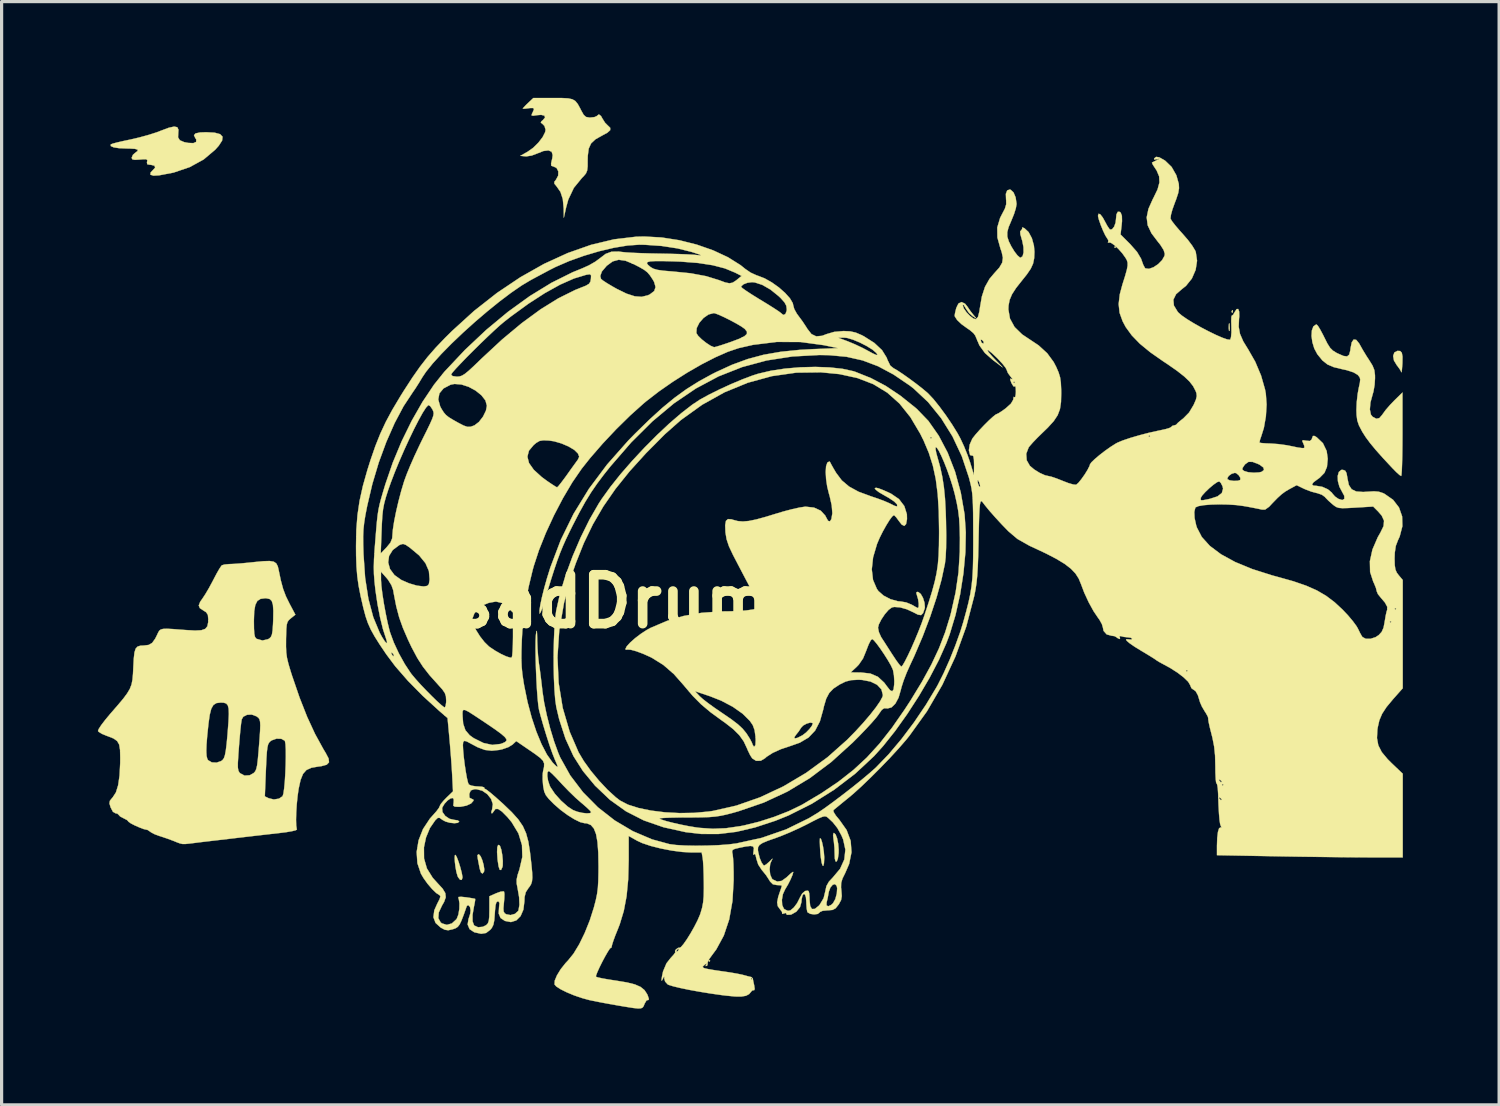
<source format=kicad_pcb>
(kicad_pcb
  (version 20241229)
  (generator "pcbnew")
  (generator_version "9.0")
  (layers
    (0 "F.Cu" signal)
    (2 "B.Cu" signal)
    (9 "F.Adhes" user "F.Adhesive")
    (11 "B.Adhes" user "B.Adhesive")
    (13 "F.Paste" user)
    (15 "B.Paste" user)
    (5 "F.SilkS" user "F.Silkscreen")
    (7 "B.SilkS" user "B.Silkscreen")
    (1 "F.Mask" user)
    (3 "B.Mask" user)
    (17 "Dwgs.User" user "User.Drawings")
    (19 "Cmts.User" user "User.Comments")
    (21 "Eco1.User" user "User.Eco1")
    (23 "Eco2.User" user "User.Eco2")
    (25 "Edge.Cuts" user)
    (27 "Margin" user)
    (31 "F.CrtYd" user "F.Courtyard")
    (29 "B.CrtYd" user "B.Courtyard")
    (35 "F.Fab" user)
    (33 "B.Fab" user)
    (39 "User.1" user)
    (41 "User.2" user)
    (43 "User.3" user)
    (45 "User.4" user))
  (footprint "sadDrum"
    (layer "F.Cu")
    (at 16.041 15.702)
    (property "Reference" "sadDrum" (at 0 0 0) (layer "F.SilkS") (effects (font (size 1.524 1.524) (thickness 0.3))))
    (attr through_hole)
    (fp_poly (pts (xy 3.048 11.201) (xy 3.023 11.227) (xy 2.997 11.201) (xy 3.023 11.176) (xy 3.048 11.201)) (stroke (width 0.01) (type solid)) (fill yes) (layer "F.SilkS"))
    (fp_poly (pts (xy 15.697 -11.049) (xy 15.672 -11.024) (xy 15.646 -11.049) (xy 15.672 -11.074) (xy 15.697 -11.049)) (stroke (width 0.01) (type solid)) (fill yes) (layer "F.SilkS"))
    (fp_poly (pts (xy 19.338 -9.076) (xy 19.344 -9.016) (xy 19.338 -9.009) (xy 19.308 -9.016) (xy 19.304 -9.042) (xy 19.323 -9.084) (xy 19.338 -9.076)) (stroke (width 0.01) (type solid)) (fill yes) (layer "F.SilkS"))
    (fp_poly (pts (xy 19.238 -8.648) (xy 19.247 -8.516) (xy 19.237 -8.445) (xy 19.224 -8.433) (xy 19.216 -8.506) (xy 19.215 -8.56) (xy 19.22 -8.658) (xy 19.232 -8.673) (xy 19.238 -8.648)) (stroke (width 0.01) (type solid)) (fill yes) (layer "F.SilkS"))
    (fp_poly (pts (xy -4.158 7.884) (xy -4.107 7.944) (xy -4.055 8.066) (xy -4.014 8.214) (xy -3.994 8.349) (xy -4.001 8.42) (xy -4.047 8.481) (xy -4.096 8.45) (xy -4.135 8.335) (xy -4.136 8.331) (xy -4.169 8.162) (xy -4.196 8.02) (xy -4.208 7.911) (xy -4.178 7.88) (xy -4.158 7.884)) (stroke (width 0.01) (type solid)) (fill yes) (layer "F.SilkS"))
    (fp_poly (pts (xy -3.517 7.603) (xy -3.502 7.625) (xy -3.463 7.737) (xy -3.433 7.905) (xy -3.416 8.086) (xy -3.419 8.234) (xy -3.428 8.277) (xy -3.472 8.37) (xy -3.513 8.362) (xy -3.548 8.257) (xy -3.578 8.056) (xy -3.581 8.029) (xy -3.595 7.81) (xy -3.588 7.659) (xy -3.561 7.587) (xy -3.517 7.603)) (stroke (width 0.01) (type solid)) (fill yes) (layer "F.SilkS"))
    (fp_poly (pts (xy 24.559 -7.809) (xy 24.61 -7.754) (xy 24.631 -7.634) (xy 24.628 -7.432) (xy 24.625 -7.386) (xy 24.614 -7.239) (xy 24.603 -7.153) (xy 24.597 -7.146) (xy 24.56 -7.221) (xy 24.481 -7.332) (xy 24.457 -7.361) (xy 24.365 -7.512) (xy 24.339 -7.654) (xy 24.377 -7.763) (xy 24.473 -7.814) (xy 24.559 -7.809)) (stroke (width 0.01) (type solid)) (fill yes) (layer "F.SilkS"))
    (fp_poly (pts (xy -4.848 7.975) (xy -4.795 8.115) (xy -4.742 8.285) (xy -4.698 8.452) (xy -4.675 8.58) (xy -4.674 8.606) (xy -4.697 8.678) (xy -4.75 8.672) (xy -4.81 8.595) (xy -4.827 8.557) (xy -4.863 8.433) (xy -4.891 8.28) (xy -4.91 8.124) (xy -4.917 7.992) (xy -4.91 7.909) (xy -4.889 7.899) (xy -4.848 7.975)) (stroke (width 0.01) (type solid)) (fill yes) (layer "F.SilkS"))
    (fp_poly (pts (xy 6.501 7.401) (xy 6.534 7.496) (xy 6.566 7.639) (xy 6.591 7.803) (xy 6.603 7.96) (xy 6.604 7.985) (xy 6.596 8.159) (xy 6.577 8.239) (xy 6.551 8.23) (xy 6.522 8.138) (xy 6.496 7.968) (xy 6.483 7.839) (xy 6.471 7.64) (xy 6.466 7.482) (xy 6.469 7.391) (xy 6.472 7.379) (xy 6.501 7.401)) (stroke (width 0.01) (type solid)) (fill yes) (layer "F.SilkS"))
    (fp_poly (pts (xy 6.958 7.26) (xy 7.004 7.38) (xy 7.038 7.547) (xy 7.054 7.732) (xy 7.052 7.845) (xy 7.029 8.014) (xy 6.994 8.102) (xy 6.958 8.104) (xy 6.934 8.017) (xy 6.929 7.888) (xy 6.923 7.684) (xy 6.903 7.477) (xy 6.895 7.429) (xy 6.88 7.286) (xy 6.896 7.217) (xy 6.906 7.214) (xy 6.958 7.26)) (stroke (width 0.01) (type solid)) (fill yes) (layer "F.SilkS"))
    (fp_poly (pts (xy -13.564 -14.786) (xy -13.527 -14.707) (xy -13.534 -14.607) (xy -13.54 -14.469) (xy -13.484 -14.379) (xy -13.351 -14.322) (xy -13.225 -14.297) (xy -13.064 -14.29) (xy -12.977 -14.328) (xy -12.973 -14.404) (xy -13.005 -14.453) (xy -13.044 -14.536) (xy -12.995 -14.593) (xy -12.854 -14.623) (xy -12.668 -14.63) (xy -12.401 -14.616) (xy -12.23 -14.57) (xy -12.153 -14.49) (xy -12.167 -14.37) (xy -12.272 -14.208) (xy -12.383 -14.084) (xy -12.742 -13.781) (xy -13.176 -13.543) (xy -13.68 -13.372) (xy -14.131 -13.286) (xy -14.306 -13.276) (xy -14.397 -13.304) (xy -14.403 -13.311) (xy -14.393 -13.379) (xy -14.33 -13.444) (xy -14.255 -13.526) (xy -14.275 -13.586) (xy -14.385 -13.614) (xy -14.408 -13.614) (xy -14.499 -13.63) (xy -14.511 -13.688) (xy -14.506 -13.709) (xy -14.498 -13.763) (xy -14.536 -13.787) (xy -14.64 -13.786) (xy -14.731 -13.778) (xy -14.885 -13.769) (xy -14.962 -13.783) (xy -14.986 -13.826) (xy -14.986 -13.836) (xy -14.947 -13.926) (xy -14.884 -13.982) (xy -14.803 -14.045) (xy -14.801 -14.087) (xy -14.885 -14.112) (xy -15.063 -14.122) (xy -15.151 -14.123) (xy -15.381 -14.133) (xy -15.547 -14.159) (xy -15.637 -14.199) (xy -15.639 -14.248) (xy -15.635 -14.252) (xy -15.575 -14.275) (xy -15.436 -14.312) (xy -15.24 -14.357) (xy -15.027 -14.402) (xy -14.748 -14.467) (xy -14.459 -14.546) (xy -14.203 -14.628) (xy -14.076 -14.677) (xy -13.83 -14.769) (xy -13.663 -14.806) (xy -13.564 -14.786)) (stroke (width 0.01) (type solid)) (fill yes) (layer "F.SilkS"))
    (fp_poly (pts (xy 21.995 -8.593) (xy 22.065 -8.479) (xy 22.153 -8.315) (xy 22.189 -8.242) (xy 22.29 -8.041) (xy 22.374 -7.909) (xy 22.461 -7.822) (xy 22.572 -7.753) (xy 22.606 -7.736) (xy 22.788 -7.656) (xy 22.903 -7.641) (xy 22.969 -7.696) (xy 23.004 -7.829) (xy 23.012 -7.899) (xy 23.049 -8.082) (xy 23.109 -8.168) (xy 23.188 -8.157) (xy 23.279 -8.046) (xy 23.309 -7.992) (xy 23.394 -7.841) (xy 23.507 -7.655) (xy 23.591 -7.526) (xy 23.697 -7.355) (xy 23.753 -7.214) (xy 23.773 -7.056) (xy 23.774 -6.961) (xy 23.761 -6.753) (xy 23.726 -6.548) (xy 23.7 -6.457) (xy 23.631 -6.204) (xy 23.613 -5.988) (xy 23.645 -5.828) (xy 23.698 -5.76) (xy 23.816 -5.698) (xy 23.91 -5.719) (xy 24.005 -5.829) (xy 24.021 -5.855) (xy 24.112 -5.978) (xy 24.247 -6.133) (xy 24.377 -6.268) (xy 24.63 -6.516) (xy 24.63 -5.214) (xy 24.628 -4.862) (xy 24.624 -4.546) (xy 24.617 -4.28) (xy 24.609 -4.077) (xy 24.599 -3.95) (xy 24.589 -3.912) (xy 24.536 -3.946) (xy 24.437 -4.035) (xy 24.321 -4.153) (xy 24.028 -4.467) (xy 23.799 -4.724) (xy 23.621 -4.939) (xy 23.484 -5.124) (xy 23.376 -5.294) (xy 23.37 -5.305) (xy 23.274 -5.489) (xy 23.221 -5.644) (xy 23.199 -5.82) (xy 23.194 -5.965) (xy 23.204 -6.209) (xy 23.233 -6.471) (xy 23.264 -6.643) (xy 23.302 -6.818) (xy 23.313 -6.924) (xy 23.295 -6.992) (xy 23.246 -7.053) (xy 23.233 -7.067) (xy 23.104 -7.144) (xy 22.89 -7.213) (xy 22.752 -7.243) (xy 22.487 -7.307) (xy 22.291 -7.391) (xy 22.135 -7.515) (xy 21.985 -7.699) (xy 21.975 -7.712) (xy 21.881 -7.888) (xy 21.821 -8.085) (xy 21.795 -8.28) (xy 21.806 -8.452) (xy 21.853 -8.577) (xy 21.936 -8.635) (xy 21.953 -8.636) (xy 21.995 -8.593)) (stroke (width 0.01) (type solid)) (fill yes) (layer "F.SilkS"))
    (fp_poly (pts (xy -1.575 -15.696) (xy -1.381 -15.686) (xy -1.248 -15.657) (xy -1.155 -15.602) (xy -1.08 -15.51) (xy -1.004 -15.372) (xy -0.97 -15.304) (xy -0.894 -15.17) (xy -0.821 -15.106) (xy -0.719 -15.088) (xy -0.688 -15.088) (xy -0.562 -15.101) (xy -0.486 -15.134) (xy -0.483 -15.138) (xy -0.421 -15.186) (xy -0.355 -15.135) (xy -0.309 -15.052) (xy -0.229 -14.926) (xy -0.149 -14.846) (xy -0.068 -14.767) (xy -0.07 -14.693) (xy -0.161 -14.612) (xy -0.316 -14.529) (xy -0.528 -14.41) (xy -0.664 -14.282) (xy -0.739 -14.118) (xy -0.768 -13.893) (xy -0.771 -13.759) (xy -0.772 -13.563) (xy -0.787 -13.436) (xy -0.824 -13.346) (xy -0.894 -13.261) (xy -0.948 -13.207) (xy -1.202 -12.896) (xy -1.375 -12.531) (xy -1.442 -12.289) (xy -1.514 -11.963) (xy -1.519 -12.252) (xy -1.546 -12.546) (xy -1.619 -12.77) (xy -1.739 -12.941) (xy -1.809 -13.026) (xy -1.81 -13.085) (xy -1.757 -13.152) (xy -1.69 -13.278) (xy -1.686 -13.41) (xy -1.739 -13.514) (xy -1.821 -13.555) (xy -1.906 -13.585) (xy -1.911 -13.659) (xy -1.905 -13.682) (xy -1.873 -13.825) (xy -1.862 -13.919) (xy -1.893 -14.021) (xy -1.994 -14.064) (xy -2.152 -14.044) (xy -2.337 -13.97) (xy -2.515 -13.903) (xy -2.681 -13.877) (xy -2.709 -13.878) (xy -2.87 -13.894) (xy -2.644 -14.021) (xy -2.47 -14.144) (xy -2.307 -14.305) (xy -2.175 -14.477) (xy -2.096 -14.634) (xy -2.083 -14.708) (xy -2.117 -14.824) (xy -2.172 -14.882) (xy -2.232 -14.928) (xy -2.211 -14.972) (xy -2.167 -15.008) (xy -2.099 -15.09) (xy -2.12 -15.147) (xy -2.221 -15.172) (xy -2.347 -15.162) (xy -2.473 -15.144) (xy -2.52 -15.155) (xy -2.508 -15.205) (xy -2.494 -15.231) (xy -2.446 -15.34) (xy -2.467 -15.385) (xy -2.569 -15.384) (xy -2.616 -15.377) (xy -2.733 -15.363) (xy -2.792 -15.365) (xy -2.794 -15.368) (xy -2.76 -15.411) (xy -2.676 -15.497) (xy -2.629 -15.542) (xy -2.464 -15.697) (xy -1.849 -15.697) (xy -1.575 -15.696)) (stroke (width 0.01) (type solid)) (fill yes) (layer "F.SilkS"))
    (fp_poly (pts (xy -10.557 -1.242) (xy -10.478 -1.188) (xy -10.431 -1.097) (xy -10.405 -0.986) (xy -10.336 -0.656) (xy -10.265 -0.393) (xy -10.179 -0.165) (xy -10.067 0.063) (xy -10.066 0.065) (xy -9.883 0.41) (xy -10.023 0.522) (xy -10.086 0.577) (xy -10.127 0.637) (xy -10.152 0.722) (xy -10.165 0.855) (xy -10.171 1.059) (xy -10.174 1.168) (xy -10.175 1.403) (xy -10.167 1.589) (xy -10.144 1.757) (xy -10.1 1.941) (xy -10.031 2.173) (xy -9.987 2.311) (xy -9.752 2.996) (xy -9.516 3.595) (xy -9.271 4.125) (xy -9.009 4.603) (xy -8.937 4.722) (xy -8.847 4.894) (xy -8.834 5.012) (xy -8.906 5.087) (xy -9.069 5.132) (xy -9.176 5.146) (xy -9.387 5.183) (xy -9.539 5.253) (xy -9.645 5.374) (xy -9.721 5.562) (xy -9.781 5.835) (xy -9.783 5.846) (xy -9.815 6.072) (xy -9.84 6.323) (xy -9.856 6.574) (xy -9.862 6.802) (xy -9.857 6.982) (xy -9.84 7.092) (xy -9.834 7.105) (xy -9.869 7.13) (xy -9.986 7.159) (xy -10.166 7.19) (xy -10.326 7.21) (xy -10.708 7.254) (xy -11.12 7.301) (xy -11.54 7.35) (xy -11.949 7.398) (xy -12.326 7.442) (xy -12.65 7.48) (xy -12.901 7.51) (xy -12.975 7.52) (xy -13.18 7.545) (xy -13.314 7.559) (xy -13.405 7.558) (xy -13.483 7.54) (xy -13.578 7.505) (xy -13.665 7.469) (xy -13.862 7.395) (xy -14.069 7.325) (xy -14.116 7.311) (xy -14.267 7.256) (xy -14.38 7.197) (xy -14.405 7.178) (xy -14.49 7.121) (xy -14.528 7.112) (xy -14.613 7.093) (xy -14.742 7.044) (xy -14.884 6.982) (xy -15.007 6.919) (xy -15.08 6.87) (xy -15.088 6.858) (xy -15.129 6.814) (xy -15.231 6.76) (xy -15.24 6.756) (xy -15.345 6.701) (xy -15.392 6.651) (xy -15.392 6.649) (xy -15.435 6.611) (xy -15.484 6.604) (xy -15.57 6.555) (xy -15.641 6.421) (xy -15.679 6.295) (xy -15.665 6.211) (xy -15.589 6.116) (xy -15.572 6.098) (xy -15.557 6.074) (xy -10.835 6.074) (xy -10.713 6.133) (xy -10.554 6.171) (xy -10.394 6.145) (xy -10.282 6.069) (xy -10.256 5.987) (xy -10.233 5.828) (xy -10.212 5.612) (xy -10.197 5.361) (xy -10.186 5.097) (xy -10.181 4.843) (xy -10.182 4.618) (xy -10.191 4.447) (xy -10.209 4.349) (xy -10.215 4.339) (xy -10.323 4.279) (xy -10.472 4.275) (xy -10.619 4.327) (xy -10.662 4.356) (xy -10.702 4.398) (xy -10.732 4.455) (xy -10.754 4.545) (xy -10.771 4.684) (xy -10.785 4.887) (xy -10.798 5.172) (xy -10.802 5.259) (xy -10.835 6.074) (xy -15.557 6.074) (xy -15.477 5.95) (xy -15.408 5.727) (xy -15.364 5.423) (xy -15.344 5.031) (xy -11.676 5.031) (xy -11.676 5.179) (xy -11.659 5.273) (xy -11.625 5.334) (xy -11.61 5.35) (xy -11.47 5.426) (xy -11.307 5.416) (xy -11.183 5.347) (xy -11.137 5.297) (xy -11.103 5.223) (xy -11.076 5.108) (xy -11.054 4.932) (xy -11.031 4.677) (xy -11.025 4.603) (xy -10.999 4.275) (xy -10.983 4.033) (xy -10.977 3.863) (xy -10.983 3.749) (xy -11.001 3.675) (xy -11.033 3.627) (xy -11.079 3.59) (xy -11.098 3.578) (xy -11.243 3.524) (xy -11.391 3.531) (xy -11.507 3.591) (xy -11.555 3.674) (xy -11.576 3.81) (xy -11.6 4.031) (xy -11.628 4.344) (xy -11.659 4.753) (xy -11.662 4.804) (xy -11.676 5.031) (xy -15.344 5.031) (xy -15.344 5.03) (xy -15.343 4.872) (xy -15.347 4.672) (xy -12.66 4.672) (xy -12.651 4.816) (xy -12.627 4.908) (xy -12.605 4.945) (xy -12.489 5.014) (xy -12.337 5.022) (xy -12.193 4.971) (xy -12.149 4.936) (xy -12.11 4.88) (xy -12.079 4.789) (xy -12.052 4.647) (xy -12.026 4.439) (xy -11.999 4.149) (xy -11.993 4.07) (xy -11.968 3.744) (xy -11.957 3.505) (xy -11.963 3.341) (xy -11.99 3.236) (xy -12.04 3.179) (xy -12.117 3.154) (xy -12.216 3.15) (xy -12.345 3.166) (xy -12.438 3.225) (xy -12.505 3.342) (xy -12.553 3.531) (xy -12.592 3.806) (xy -12.592 3.81) (xy -12.631 4.181) (xy -12.653 4.464) (xy -12.66 4.672) (xy -15.347 4.672) (xy -15.348 4.628) (xy -15.375 4.461) (xy -15.439 4.349) (xy -15.552 4.269) (xy -15.732 4.198) (xy -15.769 4.185) (xy -15.913 4.125) (xy -16.013 4.063) (xy -16.036 4.036) (xy -16.014 3.974) (xy -15.936 3.854) (xy -15.813 3.693) (xy -15.659 3.507) (xy -15.649 3.496) (xy -15.419 3.231) (xy -15.247 3.026) (xy -15.125 2.861) (xy -15.042 2.72) (xy -14.99 2.583) (xy -14.961 2.434) (xy -14.945 2.254) (xy -14.935 2.047) (xy -14.92 1.774) (xy -14.899 1.587) (xy -14.862 1.469) (xy -14.803 1.405) (xy -14.714 1.377) (xy -14.605 1.372) (xy -14.456 1.353) (xy -14.347 1.289) (xy -14.253 1.158) (xy -14.203 1.059) (xy -14.163 0.973) (xy -14.128 0.912) (xy -14.08 0.873) (xy -14.005 0.853) (xy -13.886 0.849) (xy -13.706 0.858) (xy -13.449 0.878) (xy -13.282 0.89) (xy -13.006 0.905) (xy -12.815 0.895) (xy -12.693 0.853) (xy -12.627 0.772) (xy -12.601 0.645) (xy -12.6 0.607) (xy -11.176 0.607) (xy -11.173 0.845) (xy -11.164 1.001) (xy -11.144 1.096) (xy -11.11 1.148) (xy -11.087 1.164) (xy -10.909 1.215) (xy -10.733 1.174) (xy -10.69 1.147) (xy -10.644 1.1) (xy -10.613 1.024) (xy -10.593 0.9) (xy -10.58 0.706) (xy -10.574 0.561) (xy -10.57 0.288) (xy -10.583 0.101) (xy -10.619 -0.016) (xy -10.684 -0.078) (xy -10.784 -0.1) (xy -10.827 -0.102) (xy -10.969 -0.083) (xy -11.069 -0.018) (xy -11.132 0.107) (xy -11.166 0.305) (xy -11.176 0.589) (xy -11.176 0.607) (xy -12.6 0.607) (xy -12.598 0.556) (xy -12.611 0.416) (xy -12.666 0.333) (xy -12.751 0.279) (xy -12.861 0.206) (xy -12.895 0.124) (xy -12.852 0.011) (xy -12.772 -0.104) (xy -12.688 -0.232) (xy -12.579 -0.417) (xy -12.466 -0.626) (xy -12.435 -0.686) (xy -12.338 -0.871) (xy -12.251 -1.022) (xy -12.189 -1.114) (xy -12.173 -1.13) (xy -12.088 -1.154) (xy -11.95 -1.167) (xy -11.915 -1.168) (xy -11.78 -1.174) (xy -11.575 -1.189) (xy -11.333 -1.212) (xy -11.163 -1.23) (xy -10.883 -1.257) (xy -10.687 -1.263) (xy -10.557 -1.242)) (stroke (width 0.01) (type solid)) (fill yes) (layer "F.SilkS"))
    (fp_poly (pts (xy 6.774 -7.298) (xy 7.176 -7.254) (xy 7.509 -7.181) (xy 7.569 -7.162) (xy 8.058 -6.966) (xy 8.516 -6.725) (xy 8.968 -6.424) (xy 9.438 -6.049) (xy 9.489 -6.005) (xy 9.85 -5.631) (xy 10.172 -5.172) (xy 10.452 -4.64) (xy 10.683 -4.046) (xy 10.86 -3.4) (xy 10.979 -2.718) (xy 11.017 -2.158) (xy 11.005 -1.538) (xy 10.944 -0.884) (xy 10.84 -0.221) (xy 10.695 0.424) (xy 10.513 1.027) (xy 10.412 1.295) (xy 10.18 1.817) (xy 9.889 2.375) (xy 9.554 2.946) (xy 9.191 3.507) (xy 8.815 4.035) (xy 8.439 4.506) (xy 8.158 4.818) (xy 7.571 5.365) (xy 6.915 5.866) (xy 6.214 6.306) (xy 5.49 6.669) (xy 5.081 6.834) (xy 4.444 7.043) (xy 3.859 7.18) (xy 3.307 7.247) (xy 2.771 7.246) (xy 2.286 7.19) (xy 1.595 7.037) (xy 0.978 6.823) (xy 0.867 6.766) (xy 1.463 6.766) (xy 1.539 6.802) (xy 1.691 6.849) (xy 1.898 6.902) (xy 2.135 6.955) (xy 2.381 7.004) (xy 2.611 7.042) (xy 2.718 7.056) (xy 3.131 7.084) (xy 3.542 7.067) (xy 3.991 7.002) (xy 4.111 6.978) (xy 4.571 6.865) (xy 5.044 6.713) (xy 5.494 6.537) (xy 5.885 6.349) (xy 5.944 6.316) (xy 6.535 5.963) (xy 7.052 5.613) (xy 7.513 5.251) (xy 7.933 4.862) (xy 8.328 4.429) (xy 8.714 3.938) (xy 9.107 3.373) (xy 9.296 3.083) (xy 9.652 2.499) (xy 9.944 1.965) (xy 10.182 1.458) (xy 10.374 0.958) (xy 10.532 0.445) (xy 10.555 0.356) (xy 10.7 -0.288) (xy 10.79 -0.909) (xy 10.83 -1.551) (xy 10.833 -1.988) (xy 10.825 -2.322) (xy 10.809 -2.592) (xy 10.78 -2.831) (xy 10.735 -3.077) (xy 10.672 -3.355) (xy 10.607 -3.592) (xy 10.526 -3.846) (xy 10.436 -4.101) (xy 10.342 -4.341) (xy 10.252 -4.547) (xy 10.173 -4.705) (xy 10.112 -4.797) (xy 10.077 -4.811) (xy 10.074 -4.75) (xy 10.098 -4.624) (xy 10.129 -4.511) (xy 10.218 -4.192) (xy 10.285 -3.885) (xy 10.334 -3.566) (xy 10.369 -3.211) (xy 10.391 -2.794) (xy 10.4 -2.506) (xy 10.407 -2.053) (xy 10.403 -1.671) (xy 10.388 -1.37) (xy 10.367 -1.185) (xy 10.261 -0.686) (xy 10.105 -0.125) (xy 9.906 0.474) (xy 9.672 1.09) (xy 9.411 1.7) (xy 9.28 1.981) (xy 9.173 2.22) (xy 9.079 2.462) (xy 9.012 2.671) (xy 8.991 2.756) (xy 8.921 2.997) (xy 8.821 3.183) (xy 8.702 3.3) (xy 8.576 3.334) (xy 8.553 3.33) (xy 8.472 3.327) (xy 8.399 3.377) (xy 8.312 3.499) (xy 8.301 3.517) (xy 8.221 3.623) (xy 8.082 3.783) (xy 7.9 3.98) (xy 7.687 4.201) (xy 7.487 4.401) (xy 6.825 5.001) (xy 6.151 5.507) (xy 5.454 5.926) (xy 4.718 6.268) (xy 3.932 6.538) (xy 3.749 6.59) (xy 3.548 6.642) (xy 3.375 6.679) (xy 3.206 6.704) (xy 3.018 6.72) (xy 2.786 6.728) (xy 2.488 6.731) (xy 2.327 6.731) (xy 2.04 6.733) (xy 1.796 6.738) (xy 1.608 6.746) (xy 1.492 6.756) (xy 1.463 6.766) (xy 0.867 6.766) (xy 0.424 6.54) (xy -0.078 6.181) (xy -0.54 5.741) (xy -0.919 5.283) (xy -1.214 4.819) (xy -1.463 4.275) (xy -1.66 3.667) (xy -1.749 3.291) (xy -1.782 3.063) (xy -1.806 2.756) (xy -1.823 2.391) (xy -1.831 1.992) (xy -1.831 1.727) (xy -1.712 1.727) (xy -1.676 2.536) (xy -1.549 3.316) (xy -1.331 4.06) (xy -1.055 4.699) (xy -0.892 4.973) (xy -0.673 5.277) (xy -0.419 5.583) (xy -0.153 5.866) (xy 0.102 6.1) (xy 0.238 6.204) (xy 0.485 6.332) (xy 0.814 6.437) (xy 1.203 6.517) (xy 1.636 6.571) (xy 2.092 6.595) (xy 2.554 6.588) (xy 3.001 6.547) (xy 3.132 6.528) (xy 3.864 6.362) (xy 4.602 6.104) (xy 5.331 5.762) (xy 6.038 5.342) (xy 6.708 4.853) (xy 7.318 4.311) (xy 7.577 4.047) (xy 7.819 3.783) (xy 8.035 3.53) (xy 8.214 3.302) (xy 8.345 3.111) (xy 8.42 2.971) (xy 8.433 2.915) (xy 8.386 2.738) (xy 8.253 2.596) (xy 8.048 2.495) (xy 7.783 2.444) (xy 7.661 2.439) (xy 7.443 2.451) (xy 7.27 2.495) (xy 7.086 2.585) (xy 7.082 2.588) (xy 6.892 2.713) (xy 6.759 2.851) (xy 6.666 3.027) (xy 6.594 3.268) (xy 6.572 3.369) (xy 6.468 3.737) (xy 6.32 4.023) (xy 6.115 4.239) (xy 5.843 4.4) (xy 5.563 4.499) (xy 5.254 4.602) (xy 4.994 4.72) (xy 4.805 4.842) (xy 4.761 4.883) (xy 4.626 4.964) (xy 4.478 4.965) (xy 4.359 4.889) (xy 4.294 4.788) (xy 4.221 4.638) (xy 4.197 4.579) (xy 4.094 4.36) (xy 3.957 4.167) (xy 3.768 3.979) (xy 3.511 3.778) (xy 3.408 3.706) (xy 3.056 3.449) (xy 2.765 3.204) (xy 2.505 2.942) (xy 2.38 2.795) (xy 2.573 2.795) (xy 2.722 2.953) (xy 2.82 3.041) (xy 2.983 3.168) (xy 3.188 3.316) (xy 3.415 3.471) (xy 3.443 3.49) (xy 3.714 3.676) (xy 3.914 3.829) (xy 4.06 3.965) (xy 4.171 4.1) (xy 4.192 4.131) (xy 4.286 4.279) (xy 4.349 4.399) (xy 4.369 4.457) (xy 4.404 4.516) (xy 4.426 4.521) (xy 4.459 4.473) (xy 4.466 4.328) (xy 4.462 4.236) (xy 5.669 4.236) (xy 5.689 4.268) (xy 5.776 4.247) (xy 5.919 4.173) (xy 5.928 4.168) (xy 6.039 4.083) (xy 6.143 3.976) (xy 6.22 3.873) (xy 6.248 3.801) (xy 6.243 3.788) (xy 6.167 3.774) (xy 6.054 3.807) (xy 5.945 3.867) (xy 5.885 3.931) (xy 5.808 4.05) (xy 5.725 4.153) (xy 5.669 4.236) (xy 4.462 4.236) (xy 4.461 4.217) (xy 4.433 4.009) (xy 4.376 3.853) (xy 4.286 3.722) (xy 4.06 3.497) (xy 3.755 3.282) (xy 3.393 3.091) (xy 3.044 2.953) (xy 2.573 2.795) (xy 2.38 2.795) (xy 2.243 2.634) (xy 2.229 2.616) (xy 1.911 2.256) (xy 1.857 2.21) (xy 7.429 2.21) (xy 7.743 2.212) (xy 8.041 2.245) (xy 8.277 2.346) (xy 8.474 2.529) (xy 8.554 2.637) (xy 8.653 2.763) (xy 8.723 2.798) (xy 8.766 2.739) (xy 8.785 2.582) (xy 8.788 2.48) (xy 8.777 2.303) (xy 8.75 2.147) (xy 8.737 2.108) (xy 8.679 1.985) (xy 8.585 1.823) (xy 8.471 1.643) (xy 8.351 1.466) (xy 8.239 1.314) (xy 8.15 1.208) (xy 8.098 1.168) (xy 8.052 1.213) (xy 7.991 1.331) (xy 7.926 1.497) (xy 7.922 1.511) (xy 7.814 1.774) (xy 7.68 1.969) (xy 7.619 2.032) (xy 7.429 2.21) (xy 1.857 2.21) (xy 1.588 1.977) (xy 1.239 1.759) (xy 1.184 1.731) (xy 0.955 1.628) (xy 0.745 1.55) (xy 0.575 1.504) (xy 0.466 1.497) (xy 0.449 1.504) (xy 0.408 1.494) (xy 0.406 1.48) (xy 0.447 1.397) (xy 0.554 1.28) (xy 0.707 1.144) (xy 0.887 1.007) (xy 1.072 0.886) (xy 1.186 0.824) (xy 1.701 0.604) (xy 2.225 0.449) (xy 2.78 0.352) (xy 3.392 0.308) (xy 3.646 0.305) (xy 3.917 0.298) (xy 4.169 0.278) (xy 4.381 0.249) (xy 4.537 0.213) (xy 4.616 0.174) (xy 4.623 0.159) (xy 4.598 0.1) (xy 4.536 -0.01) (xy 4.511 -0.051) (xy 4.46 -0.134) (xy 4.398 -0.243) (xy 4.318 -0.389) (xy 4.215 -0.583) (xy 4.082 -0.836) (xy 3.913 -1.159) (xy 3.761 -1.451) (xy 3.634 -1.72) (xy 3.559 -1.944) (xy 3.524 -2.159) (xy 3.524 -2.163) (xy 3.516 -2.382) (xy 3.54 -2.514) (xy 3.603 -2.57) (xy 3.711 -2.563) (xy 3.761 -2.547) (xy 3.909 -2.508) (xy 4.067 -2.495) (xy 4.253 -2.511) (xy 4.486 -2.559) (xy 4.782 -2.64) (xy 5.038 -2.719) (xy 5.331 -2.807) (xy 5.604 -2.879) (xy 5.835 -2.93) (xy 5.999 -2.955) (xy 6.023 -2.957) (xy 6.285 -2.928) (xy 6.495 -2.832) (xy 6.637 -2.678) (xy 6.659 -2.632) (xy 6.724 -2.515) (xy 6.782 -2.5) (xy 6.827 -2.57) (xy 6.857 -2.752) (xy 6.837 -2.999) (xy 6.772 -3.291) (xy 6.753 -3.353) (xy 6.697 -3.58) (xy 6.662 -3.816) (xy 6.65 -4.037) (xy 6.661 -4.215) (xy 6.699 -4.326) (xy 6.708 -4.337) (xy 6.768 -4.367) (xy 6.79 -4.338) (xy 6.826 -4.268) (xy 6.898 -4.14) (xy 6.974 -4.012) (xy 7.151 -3.776) (xy 7.379 -3.584) (xy 7.673 -3.423) (xy 8.053 -3.283) (xy 8.055 -3.282) (xy 8.278 -3.207) (xy 8.485 -3.129) (xy 8.64 -3.062) (xy 8.681 -3.041) (xy 8.796 -2.984) (xy 8.87 -2.965) (xy 8.878 -2.969) (xy 8.874 -3.028) (xy 8.785 -3.118) (xy 8.618 -3.23) (xy 8.477 -3.31) (xy 8.314 -3.405) (xy 8.212 -3.482) (xy 8.178 -3.532) (xy 8.219 -3.546) (xy 8.293 -3.53) (xy 8.4 -3.49) (xy 8.559 -3.422) (xy 8.687 -3.362) (xy 8.933 -3.194) (xy 9.1 -2.976) (xy 9.18 -2.721) (xy 9.184 -2.569) (xy 9.155 -2.414) (xy 9.099 -2.357) (xy 9.018 -2.399) (xy 8.931 -2.511) (xy 8.85 -2.622) (xy 8.788 -2.686) (xy 8.775 -2.692) (xy 8.721 -2.65) (xy 8.637 -2.537) (xy 8.536 -2.373) (xy 8.429 -2.182) (xy 8.33 -1.983) (xy 8.251 -1.798) (xy 8.249 -1.792) (xy 8.127 -1.379) (xy 8.086 -1.003) (xy 8.125 -0.672) (xy 8.244 -0.395) (xy 8.292 -0.327) (xy 8.453 -0.185) (xy 8.67 -0.072) (xy 8.901 -0.008) (xy 8.992 -0.001) (xy 9.159 0.028) (xy 9.325 0.096) (xy 9.336 0.102) (xy 9.449 0.167) (xy 9.519 0.202) (xy 9.526 0.203) (xy 9.548 0.16) (xy 9.548 0.055) (xy 9.529 -0.075) (xy 9.499 -0.178) (xy 9.472 -0.272) (xy 9.498 -0.3) (xy 9.536 -0.296) (xy 9.613 -0.236) (xy 9.683 -0.113) (xy 9.73 0.038) (xy 9.741 0.179) (xy 9.735 0.214) (xy 9.685 0.362) (xy 9.622 0.424) (xy 9.523 0.408) (xy 9.391 0.34) (xy 9.18 0.242) (xy 8.967 0.182) (xy 8.786 0.169) (xy 8.712 0.185) (xy 8.61 0.26) (xy 8.493 0.395) (xy 8.384 0.558) (xy 8.306 0.713) (xy 8.28 0.818) (xy 8.308 0.954) (xy 8.377 1.108) (xy 8.395 1.136) (xy 8.478 1.264) (xy 8.593 1.443) (xy 8.717 1.637) (xy 8.738 1.668) (xy 8.847 1.833) (xy 8.939 1.958) (xy 8.998 2.024) (xy 9.007 2.029) (xy 9.05 1.986) (xy 9.12 1.865) (xy 9.212 1.683) (xy 9.318 1.457) (xy 9.429 1.203) (xy 9.539 0.938) (xy 9.64 0.679) (xy 9.721 0.449) (xy 9.86 0.027) (xy 9.968 -0.323) (xy 10.049 -0.621) (xy 10.107 -0.89) (xy 10.146 -1.152) (xy 10.169 -1.43) (xy 10.18 -1.744) (xy 10.184 -2.118) (xy 10.184 -2.21) (xy 10.174 -2.821) (xy 10.141 -3.35) (xy 10.081 -3.817) (xy 9.99 -4.238) (xy 9.865 -4.633) (xy 9.702 -5.019) (xy 9.659 -5.105) (xy 9.906 -5.105) (xy 9.931 -5.08) (xy 9.957 -5.105) (xy 9.931 -5.131) (xy 9.906 -5.105) (xy 9.659 -5.105) (xy 9.596 -5.232) (xy 9.291 -5.746) (xy 8.951 -6.171) (xy 8.568 -6.512) (xy 8.134 -6.776) (xy 7.641 -6.966) (xy 7.08 -7.089) (xy 6.502 -7.145) (xy 5.733 -7.135) (xy 4.97 -7.026) (xy 4.222 -6.821) (xy 3.496 -6.523) (xy 2.799 -6.135) (xy 2.137 -5.659) (xy 1.637 -5.217) (xy 1.045 -4.621) (xy 0.534 -4.057) (xy 0.095 -3.51) (xy -0.283 -2.964) (xy -0.608 -2.406) (xy -0.891 -1.821) (xy -1.141 -1.194) (xy -1.269 -0.824) (xy -1.508 0.041) (xy -1.656 0.894) (xy -1.712 1.727) (xy -1.831 1.727) (xy -1.831 1.581) (xy -1.822 1.179) (xy -1.805 0.809) (xy -1.78 0.493) (xy -1.752 0.285) (xy -1.635 -0.238) (xy -1.462 -0.81) (xy -1.243 -1.404) (xy -0.99 -1.995) (xy -0.714 -2.554) (xy -0.425 -3.055) (xy -0.333 -3.197) (xy -0.063 -3.572) (xy 0.258 -3.974) (xy 0.618 -4.387) (xy 1.001 -4.798) (xy 1.393 -5.192) (xy 1.782 -5.557) (xy 2.153 -5.876) (xy 2.491 -6.137) (xy 2.729 -6.295) (xy 3.009 -6.448) (xy 3.343 -6.614) (xy 3.701 -6.778) (xy 4.053 -6.926) (xy 4.368 -7.045) (xy 4.547 -7.102) (xy 4.944 -7.195) (xy 5.388 -7.262) (xy 5.857 -7.302) (xy 6.327 -7.314) (xy 6.774 -7.298)) (stroke (width 0.01) (type solid)) (fill yes) (layer "F.SilkS"))
    (fp_poly (pts (xy 17.049 -13.847) (xy 17.2 -13.763) (xy 17.235 -13.74) (xy 17.433 -13.548) (xy 17.581 -13.288) (xy 17.657 -13.018) (xy 17.664 -12.885) (xy 17.639 -12.734) (xy 17.574 -12.537) (xy 17.53 -12.422) (xy 17.458 -12.223) (xy 17.412 -12.054) (xy 17.399 -11.945) (xy 17.402 -11.93) (xy 17.448 -11.853) (xy 17.548 -11.724) (xy 17.685 -11.564) (xy 17.777 -11.462) (xy 17.939 -11.275) (xy 18.075 -11.094) (xy 18.165 -10.946) (xy 18.186 -10.898) (xy 18.226 -10.624) (xy 18.182 -10.339) (xy 18.064 -10.068) (xy 17.881 -9.84) (xy 17.756 -9.741) (xy 17.572 -9.581) (xy 17.488 -9.41) (xy 17.504 -9.228) (xy 17.622 -9.034) (xy 17.648 -9.004) (xy 17.753 -8.914) (xy 17.917 -8.801) (xy 18.123 -8.675) (xy 18.353 -8.545) (xy 18.59 -8.421) (xy 18.816 -8.311) (xy 19.013 -8.225) (xy 19.164 -8.172) (xy 19.25 -8.161) (xy 19.26 -8.166) (xy 19.285 -8.241) (xy 19.298 -8.389) (xy 19.296 -8.575) (xy 19.291 -8.747) (xy 19.296 -8.867) (xy 19.308 -8.913) (xy 19.309 -8.912) (xy 19.349 -8.938) (xy 19.398 -9.021) (xy 19.46 -9.116) (xy 19.508 -9.12) (xy 19.538 -9.043) (xy 19.542 -8.894) (xy 19.534 -8.807) (xy 19.524 -8.566) (xy 19.565 -8.343) (xy 19.667 -8.109) (xy 19.822 -7.857) (xy 20.041 -7.474) (xy 20.222 -7.044) (xy 20.345 -6.613) (xy 20.37 -6.48) (xy 20.394 -6.142) (xy 20.372 -5.771) (xy 20.309 -5.412) (xy 20.232 -5.167) (xy 20.189 -5.042) (xy 20.174 -4.963) (xy 20.176 -4.953) (xy 20.235 -4.941) (xy 20.365 -4.931) (xy 20.526 -4.925) (xy 20.761 -4.908) (xy 21.024 -4.872) (xy 21.195 -4.838) (xy 21.37 -4.801) (xy 21.503 -4.783) (xy 21.567 -4.786) (xy 21.568 -4.787) (xy 21.57 -4.849) (xy 21.538 -4.931) (xy 21.503 -5.008) (xy 21.532 -5.029) (xy 21.63 -5.014) (xy 21.742 -5.004) (xy 21.796 -5.048) (xy 21.811 -5.09) (xy 21.839 -5.162) (xy 21.889 -5.161) (xy 21.956 -5.121) (xy 22.15 -4.936) (xy 22.267 -4.692) (xy 22.3 -4.45) (xy 22.276 -4.198) (xy 22.197 -4.01) (xy 22.049 -3.859) (xy 21.996 -3.821) (xy 21.856 -3.717) (xy 21.809 -3.649) (xy 21.852 -3.614) (xy 21.944 -3.607) (xy 22.129 -3.576) (xy 22.304 -3.498) (xy 22.429 -3.393) (xy 22.448 -3.363) (xy 22.528 -3.273) (xy 22.631 -3.201) (xy 22.753 -3.163) (xy 22.818 -3.2) (xy 22.816 -3.294) (xy 22.754 -3.409) (xy 22.665 -3.577) (xy 22.617 -3.753) (xy 22.611 -3.914) (xy 22.646 -4.038) (xy 22.721 -4.103) (xy 22.773 -4.105) (xy 22.844 -4.079) (xy 22.885 -4.006) (xy 22.912 -3.861) (xy 22.914 -3.841) (xy 22.958 -3.634) (xy 23.045 -3.5) (xy 23.188 -3.431) (xy 23.403 -3.415) (xy 23.534 -3.423) (xy 23.743 -3.436) (xy 23.892 -3.423) (xy 24.021 -3.381) (xy 24.072 -3.356) (xy 24.338 -3.17) (xy 24.521 -2.932) (xy 24.619 -2.654) (xy 24.627 -2.349) (xy 24.543 -2.027) (xy 24.488 -1.907) (xy 24.422 -1.734) (xy 24.39 -1.522) (xy 24.384 -1.339) (xy 24.389 -1.136) (xy 24.409 -1.001) (xy 24.452 -0.901) (xy 24.511 -0.822) (xy 24.638 -0.671) (xy 24.638 1.017) (xy 24.638 2.704) (xy 24.333 3.048) (xy 24.132 3.29) (xy 23.996 3.498) (xy 23.909 3.702) (xy 23.858 3.929) (xy 23.848 3.993) (xy 23.835 4.256) (xy 23.876 4.482) (xy 23.984 4.694) (xy 24.168 4.915) (xy 24.286 5.033) (xy 24.638 5.368) (xy 24.638 6.672) (xy 24.638 7.976) (xy 23.609 7.976) (xy 23.305 7.975) (xy 22.92 7.972) (xy 22.476 7.967) (xy 21.994 7.961) (xy 21.494 7.955) (xy 20.999 7.947) (xy 20.714 7.942) (xy 18.847 7.908) (xy 18.847 7.618) (xy 18.855 7.37) (xy 18.878 7.182) (xy 18.913 7.069) (xy 18.958 7.042) (xy 18.962 7.044) (xy 18.99 7.045) (xy 18.97 7.006) (xy 18.946 6.937) (xy 18.927 6.811) (xy 18.91 6.614) (xy 18.895 6.337) (xy 18.887 6.111) (xy 18.906 6.111) (xy 18.918 6.139) (xy 18.969 6.193) (xy 18.999 6.182) (xy 18.999 6.175) (xy 18.963 6.132) (xy 18.941 6.117) (xy 18.906 6.111) (xy 18.887 6.111) (xy 18.883 5.987) (xy 18.872 5.82) (xy 18.856 5.715) (xy 18.999 5.715) (xy 19.025 5.74) (xy 19.05 5.715) (xy 19.025 5.69) (xy 18.999 5.715) (xy 18.856 5.715) (xy 18.855 5.708) (xy 18.835 5.672) (xy 18.834 5.672) (xy 18.819 5.635) (xy 18.81 5.552) (xy 18.906 5.552) (xy 18.918 5.58) (xy 18.969 5.635) (xy 18.999 5.623) (xy 18.999 5.616) (xy 18.963 5.573) (xy 18.941 5.558) (xy 18.906 5.552) (xy 18.81 5.552) (xy 18.807 5.515) (xy 18.798 5.332) (xy 18.796 5.137) (xy 18.788 4.802) (xy 18.759 4.52) (xy 18.705 4.244) (xy 18.674 4.122) (xy 18.623 3.921) (xy 18.588 3.76) (xy 18.573 3.661) (xy 18.575 3.642) (xy 18.563 3.59) (xy 18.506 3.486) (xy 18.467 3.426) (xy 18.379 3.277) (xy 18.318 3.138) (xy 18.308 3.103) (xy 18.253 2.923) (xy 18.183 2.796) (xy 18.11 2.743) (xy 18.106 2.743) (xy 18.05 2.7) (xy 18.01 2.603) (xy 17.948 2.499) (xy 17.811 2.366) (xy 17.619 2.218) (xy 17.526 2.159) (xy 17.882 2.159) (xy 17.907 2.184) (xy 17.932 2.159) (xy 17.907 2.134) (xy 17.882 2.159) (xy 17.526 2.159) (xy 17.389 2.071) (xy 17.175 1.955) (xy 17.047 1.886) (xy 16.955 1.828) (xy 16.947 1.821) (xy 16.88 1.775) (xy 16.748 1.693) (xy 16.577 1.589) (xy 16.502 1.545) (xy 16.282 1.41) (xy 16.123 1.3) (xy 16.03 1.22) (xy 16.012 1.177) (xy 16.074 1.176) (xy 16.091 1.18) (xy 16.178 1.186) (xy 16.205 1.164) (xy 16.162 1.129) (xy 16.082 1.118) (xy 15.946 1.103) (xy 15.871 1.084) (xy 15.81 1.074) (xy 15.819 1.109) (xy 15.824 1.162) (xy 15.805 1.168) (xy 15.733 1.131) (xy 15.723 1.118) (xy 15.653 1.079) (xy 15.564 1.067) (xy 15.409 1.025) (xy 15.312 0.915) (xy 15.291 0.811) (xy 15.26 0.705) (xy 15.184 0.568) (xy 15.145 0.515) (xy 15 0.3) (xy 14.848 0.023) (xy 14.709 -0.277) (xy 14.609 -0.542) (xy 14.537 -0.716) (xy 14.436 -0.874) (xy 14.294 -1.023) (xy 14.101 -1.172) (xy 13.846 -1.327) (xy 13.519 -1.497) (xy 13.109 -1.69) (xy 13.009 -1.735) (xy 12.627 -1.951) (xy 12.348 -2.187) (xy 12.145 -2.396) (xy 11.941 -2.617) (xy 11.782 -2.798) (xy 18.14 -2.798) (xy 18.149 -2.603) (xy 18.2 -2.372) (xy 18.221 -2.308) (xy 18.374 -2.012) (xy 18.625 -1.734) (xy 18.973 -1.473) (xy 19.414 -1.232) (xy 19.947 -1.012) (xy 20.57 -0.814) (xy 20.755 -0.764) (xy 21.232 -0.63) (xy 21.627 -0.494) (xy 21.96 -0.347) (xy 22.248 -0.179) (xy 22.512 0.02) (xy 22.761 0.251) (xy 22.933 0.433) (xy 23.085 0.614) (xy 23.197 0.767) (xy 23.238 0.838) (xy 23.307 0.979) (xy 23.367 1.085) (xy 23.381 1.105) (xy 23.484 1.161) (xy 23.633 1.162) (xy 23.792 1.111) (xy 23.892 1.045) (xy 23.983 0.945) (xy 24.04 0.815) (xy 24.075 0.635) (xy 24.232 0.635) (xy 24.257 0.66) (xy 24.282 0.635) (xy 24.257 0.61) (xy 24.232 0.635) (xy 24.075 0.635) (xy 24.078 0.619) (xy 24.078 0.615) (xy 24.106 0.444) (xy 24.135 0.312) (xy 24.154 0.257) (xy 24.154 0.229) (xy 24.384 0.229) (xy 24.409 0.254) (xy 24.435 0.229) (xy 24.409 0.203) (xy 24.384 0.229) (xy 24.154 0.229) (xy 24.155 0.164) (xy 24.083 0.031) (xy 23.951 -0.124) (xy 23.865 -0.231) (xy 23.826 -0.323) (xy 23.825 -0.33) (xy 23.803 -0.422) (xy 23.747 -0.56) (xy 23.718 -0.621) (xy 23.621 -0.92) (xy 23.614 -1.256) (xy 23.694 -1.621) (xy 23.86 -2.005) (xy 23.942 -2.148) (xy 24.04 -2.35) (xy 24.055 -2.518) (xy 23.983 -2.678) (xy 23.87 -2.808) (xy 23.717 -2.961) (xy 23.166 -2.928) (xy 22.923 -2.914) (xy 22.758 -2.91) (xy 22.648 -2.919) (xy 22.57 -2.945) (xy 22.5 -2.99) (xy 22.446 -3.034) (xy 22.323 -3.143) (xy 22.227 -3.241) (xy 22.211 -3.261) (xy 22.119 -3.328) (xy 21.98 -3.377) (xy 21.957 -3.382) (xy 21.789 -3.426) (xy 21.602 -3.497) (xy 21.549 -3.521) (xy 21.331 -3.627) (xy 21.102 -3.503) (xy 20.977 -3.429) (xy 20.862 -3.344) (xy 20.736 -3.23) (xy 20.578 -3.068) (xy 20.472 -2.954) (xy 20.35 -2.867) (xy 20.252 -2.865) (xy 20.154 -2.887) (xy 19.985 -2.921) (xy 19.777 -2.96) (xy 19.685 -2.976) (xy 19.452 -3.007) (xy 19.189 -3.024) (xy 18.919 -3.029) (xy 18.662 -3.022) (xy 18.439 -3.004) (xy 18.272 -2.975) (xy 18.181 -2.936) (xy 18.174 -2.929) (xy 18.14 -2.798) (xy 11.782 -2.798) (xy 11.755 -2.828) (xy 11.611 -3.004) (xy 11.559 -3.073) (xy 11.524 -3.117) (xy 11.496 -3.131) (xy 11.475 -3.104) (xy 11.458 -3.027) (xy 11.445 -2.892) (xy 11.434 -2.687) (xy 11.426 -2.404) (xy 11.417 -2.033) (xy 11.414 -1.854) (xy 11.404 -1.432) (xy 11.391 -1.092) (xy 11.374 -0.815) (xy 11.351 -0.583) (xy 11.32 -0.376) (xy 11.282 -0.18) (xy 11.031 0.781) (xy 10.696 1.71) (xy 10.286 2.596) (xy 9.804 3.426) (xy 9.257 4.187) (xy 9.151 4.318) (xy 8.925 4.578) (xy 8.655 4.872) (xy 8.358 5.18) (xy 8.054 5.484) (xy 7.765 5.762) (xy 7.508 5.995) (xy 7.366 6.114) (xy 7.186 6.26) (xy 7.034 6.385) (xy 6.928 6.472) (xy 6.889 6.505) (xy 6.897 6.562) (xy 6.964 6.67) (xy 7.078 6.808) (xy 7.302 7.125) (xy 7.428 7.462) (xy 7.454 7.815) (xy 7.38 8.181) (xy 7.258 8.463) (xy 7.172 8.637) (xy 7.132 8.772) (xy 7.128 8.912) (xy 7.138 9.009) (xy 7.151 9.183) (xy 7.129 9.307) (xy 7.062 9.431) (xy 7.05 9.449) (xy 6.959 9.563) (xy 6.864 9.614) (xy 6.719 9.627) (xy 6.707 9.627) (xy 6.556 9.641) (xy 6.472 9.678) (xy 6.464 9.69) (xy 6.402 9.739) (xy 6.289 9.754) (xy 6.169 9.737) (xy 6.086 9.69) (xy 6.076 9.673) (xy 6.057 9.574) (xy 6.046 9.423) (xy 6.045 9.371) (xy 6.033 9.22) (xy 6.002 9.13) (xy 5.96 9.116) (xy 5.924 9.174) (xy 5.898 9.29) (xy 5.893 9.37) (xy 5.848 9.528) (xy 5.734 9.668) (xy 5.584 9.754) (xy 5.541 9.764) (xy 5.44 9.766) (xy 5.421 9.736) (xy 5.421 9.736) (xy 5.412 9.708) (xy 5.357 9.722) (xy 5.294 9.739) (xy 5.293 9.727) (xy 5.286 9.672) (xy 5.228 9.597) (xy 5.155 9.496) (xy 5.136 9.376) (xy 5.169 9.209) (xy 5.207 9.093) (xy 5.253 8.96) (xy 5.28 8.873) (xy 5.283 8.858) (xy 5.239 8.845) (xy 5.132 8.839) (xy 5.128 8.839) (xy 5.004 8.816) (xy 4.915 8.727) (xy 4.887 8.68) (xy 4.79 8.531) (xy 4.671 8.384) (xy 4.661 8.374) (xy 4.546 8.199) (xy 4.489 8.021) (xy 4.46 7.895) (xy 4.427 7.867) (xy 4.413 7.883) (xy 4.39 7.891) (xy 4.396 7.811) (xy 4.401 7.785) (xy 4.405 7.747) (xy 4.536 7.747) (xy 4.546 7.812) (xy 4.591 7.991) (xy 4.65 8.136) (xy 4.709 8.219) (xy 4.733 8.23) (xy 4.794 8.196) (xy 4.889 8.114) (xy 4.916 8.087) (xy 4.984 8.021) (xy 4.995 8.02) (xy 4.978 8.042) (xy 4.92 8.174) (xy 4.901 8.345) (xy 4.919 8.513) (xy 4.974 8.639) (xy 5.001 8.665) (xy 5.14 8.73) (xy 5.279 8.708) (xy 5.434 8.596) (xy 5.466 8.565) (xy 5.565 8.473) (xy 5.628 8.429) (xy 5.639 8.432) (xy 5.615 8.521) (xy 5.555 8.662) (xy 5.475 8.82) (xy 5.392 8.96) (xy 5.387 8.966) (xy 5.315 9.123) (xy 5.284 9.299) (xy 5.293 9.461) (xy 5.345 9.575) (xy 5.372 9.597) (xy 5.472 9.643) (xy 5.55 9.628) (xy 5.648 9.546) (xy 5.66 9.534) (xy 5.759 9.402) (xy 5.84 9.243) (xy 5.844 9.233) (xy 5.916 9.103) (xy 6.008 9.024) (xy 6.094 9.014) (xy 6.118 9.031) (xy 6.135 9.094) (xy 6.145 9.223) (xy 6.147 9.306) (xy 6.166 9.493) (xy 6.221 9.585) (xy 6.311 9.582) (xy 6.434 9.484) (xy 6.442 9.476) (xy 6.676 9.476) (xy 6.732 9.5) (xy 6.823 9.456) (xy 6.878 9.404) (xy 6.949 9.276) (xy 6.996 9.104) (xy 7.007 8.938) (xy 6.992 8.865) (xy 6.938 8.809) (xy 6.867 8.831) (xy 6.796 8.916) (xy 6.747 9.046) (xy 6.741 9.079) (xy 6.712 9.239) (xy 6.68 9.374) (xy 6.677 9.385) (xy 6.676 9.476) (xy 6.442 9.476) (xy 6.458 9.459) (xy 6.585 9.247) (xy 6.633 9.049) (xy 6.672 8.871) (xy 6.75 8.733) (xy 6.866 8.609) (xy 7.098 8.333) (xy 7.23 8.041) (xy 7.263 7.735) (xy 7.194 7.417) (xy 7.14 7.29) (xy 7.013 7.06) (xy 6.871 6.881) (xy 6.725 6.744) (xy 6.677 6.708) (xy 6.625 6.695) (xy 6.552 6.709) (xy 6.439 6.755) (xy 6.268 6.84) (xy 6.082 6.937) (xy 5.814 7.069) (xy 5.524 7.2) (xy 5.252 7.312) (xy 5.102 7.367) (xy 4.852 7.455) (xy 4.684 7.525) (xy 4.586 7.589) (xy 4.541 7.659) (xy 4.536 7.747) (xy 4.405 7.747) (xy 4.411 7.689) (xy 4.384 7.635) (xy 4.305 7.619) (xy 4.158 7.636) (xy 3.967 7.675) (xy 3.818 7.71) (xy 3.747 7.745) (xy 3.732 7.803) (xy 3.749 7.89) (xy 3.762 8.004) (xy 3.773 8.192) (xy 3.779 8.429) (xy 3.78 8.687) (xy 3.743 9.337) (xy 3.641 9.912) (xy 3.473 10.413) (xy 3.24 10.843) (xy 3.115 11.011) (xy 3.023 11.138) (xy 2.972 11.237) (xy 2.969 11.274) (xy 2.962 11.338) (xy 2.939 11.358) (xy 2.904 11.365) (xy 2.923 11.324) (xy 2.942 11.28) (xy 2.901 11.305) (xy 2.875 11.326) (xy 2.814 11.384) (xy 2.834 11.416) (xy 2.878 11.434) (xy 2.969 11.455) (xy 3.132 11.484) (xy 3.337 11.515) (xy 3.429 11.528) (xy 3.662 11.562) (xy 3.883 11.6) (xy 4.052 11.635) (xy 4.089 11.645) (xy 4.225 11.682) (xy 4.317 11.704) (xy 4.331 11.706) (xy 4.374 11.749) (xy 4.377 11.76) (xy 4.393 11.842) (xy 4.421 11.97) (xy 4.422 11.976) (xy 4.436 12.078) (xy 4.422 12.116) (xy 4.417 12.114) (xy 4.358 12.126) (xy 4.334 12.153) (xy 4.263 12.237) (xy 4.165 12.29) (xy 4.024 12.314) (xy 3.824 12.313) (xy 3.548 12.286) (xy 3.407 12.269) (xy 3.057 12.219) (xy 2.713 12.163) (xy 2.392 12.105) (xy 2.113 12.047) (xy 1.893 11.994) (xy 1.75 11.949) (xy 1.725 11.937) (xy 1.643 11.847) (xy 1.622 11.771) (xy 1.621 11.76) (xy 4.318 11.76) (xy 4.343 11.786) (xy 4.369 11.76) (xy 4.343 11.735) (xy 4.318 11.76) (xy 1.621 11.76) (xy 1.616 11.693) (xy 1.596 11.712) (xy 1.575 11.76) (xy 1.54 11.823) (xy 1.531 11.794) (xy 1.548 11.679) (xy 1.579 11.532) (xy 1.686 11.278) (xy 1.816 11.113) (xy 1.912 11.007) (xy 1.961 10.938) (xy 1.96 10.922) (xy 1.959 10.919) (xy 1.994 10.919) (xy 2.001 10.922) (xy 2.047 10.886) (xy 2.057 10.871) (xy 2.07 10.824) (xy 2.063 10.82) (xy 2.017 10.856) (xy 2.007 10.871) (xy 1.994 10.919) (xy 1.959 10.919) (xy 1.952 10.891) (xy 1.981 10.846) (xy 2.051 10.795) (xy 2.086 10.797) (xy 2.136 10.773) (xy 2.219 10.676) (xy 2.324 10.526) (xy 2.439 10.341) (xy 2.552 10.141) (xy 2.653 9.944) (xy 2.729 9.768) (xy 2.745 9.722) (xy 2.796 9.55) (xy 2.828 9.381) (xy 2.846 9.186) (xy 2.851 8.935) (xy 2.85 8.771) (xy 2.845 8.513) (xy 2.837 8.278) (xy 2.825 8.093) (xy 2.813 7.988) (xy 2.783 7.823) (xy 2.463 7.823) (xy 2.175 7.807) (xy 1.848 7.764) (xy 1.512 7.699) (xy 1.197 7.62) (xy 0.931 7.531) (xy 0.775 7.459) (xy 0.508 7.308) (xy 0.508 8.061) (xy 0.492 8.663) (xy 0.442 9.186) (xy 0.355 9.646) (xy 0.229 10.062) (xy 0.171 10.211) (xy 0.09 10.411) (xy 0.027 10.583) (xy -0.01 10.701) (xy -0.016 10.729) (xy -0.031 10.791) (xy -0.045 10.793) (xy -0.079 10.82) (xy -0.143 10.918) (xy -0.226 11.062) (xy -0.316 11.231) (xy -0.401 11.402) (xy -0.469 11.552) (xy -0.509 11.658) (xy -0.513 11.697) (xy -0.451 11.718) (xy -0.31 11.749) (xy -0.111 11.784) (xy 0.123 11.82) (xy 0.455 11.875) (xy 0.702 11.937) (xy 0.878 12.014) (xy 1 12.113) (xy 1.084 12.241) (xy 1.103 12.285) (xy 1.138 12.392) (xy 1.125 12.424) (xy 1.117 12.42) (xy 1.063 12.437) (xy 1.006 12.533) (xy 1.002 12.543) (xy 0.975 12.611) (xy 0.942 12.657) (xy 0.889 12.682) (xy 0.797 12.686) (xy 0.652 12.671) (xy 0.437 12.637) (xy 0.178 12.594) (xy -0.093 12.546) (xy -0.369 12.495) (xy -0.609 12.447) (xy -0.72 12.424) (xy -0.954 12.36) (xy -1.195 12.277) (xy -1.423 12.182) (xy -1.614 12.087) (xy -1.749 12) (xy -1.804 11.937) (xy -1.797 11.818) (xy -1.728 11.653) (xy -1.611 11.462) (xy -1.458 11.269) (xy -1.385 11.192) (xy -1.212 10.978) (xy -1.034 10.684) (xy -0.863 10.333) (xy -0.707 9.945) (xy -0.578 9.541) (xy -0.574 9.525) (xy -0.517 9.307) (xy -0.478 9.118) (xy -0.453 8.929) (xy -0.44 8.712) (xy -0.434 8.437) (xy -0.433 8.255) (xy -0.44 7.831) (xy -0.465 7.498) (xy -0.51 7.249) (xy -0.578 7.075) (xy -0.672 6.967) (xy -0.794 6.916) (xy -0.874 6.909) (xy -1.007 6.876) (xy -1.19 6.786) (xy -1.401 6.654) (xy -1.619 6.493) (xy -1.82 6.318) (xy -1.837 6.301) (xy -1.985 6.151) (xy -2.074 6.038) (xy -2.124 5.928) (xy -2.152 5.791) (xy -2.161 5.727) (xy -2.175 5.539) (xy -2.173 5.434) (xy -2.03 5.434) (xy -2.007 5.579) (xy -1.958 5.73) (xy -1.935 5.781) (xy -1.795 5.991) (xy -1.602 6.207) (xy -1.39 6.395) (xy -1.23 6.5) (xy -1.097 6.552) (xy -0.943 6.588) (xy -0.799 6.604) (xy -0.695 6.596) (xy -0.661 6.566) (xy -0.698 6.518) (xy -0.795 6.425) (xy -0.933 6.304) (xy -0.97 6.274) (xy -1.152 6.114) (xy -1.36 5.912) (xy -1.559 5.706) (xy -1.609 5.652) (xy -1.755 5.494) (xy -1.878 5.37) (xy -1.962 5.296) (xy -1.986 5.283) (xy -2.024 5.326) (xy -2.03 5.434) (xy -2.173 5.434) (xy -2.172 5.371) (xy -2.162 5.296) (xy -2.131 5.155) (xy -2.128 5.05) (xy -2.165 4.962) (xy -2.254 4.871) (xy -2.406 4.756) (xy -2.553 4.655) (xy -2.997 4.351) (xy -3.115 4.461) (xy -3.242 4.539) (xy -3.43 4.605) (xy -3.524 4.626) (xy -3.76 4.651) (xy -3.973 4.627) (xy -4.198 4.544) (xy -4.407 4.433) (xy -4.538 4.363) (xy -4.61 4.343) (xy -4.646 4.372) (xy -4.653 4.388) (xy -4.661 4.476) (xy -4.653 4.636) (xy -4.634 4.843) (xy -4.606 5.072) (xy -4.572 5.297) (xy -4.537 5.495) (xy -4.503 5.64) (xy -4.475 5.705) (xy -4.391 5.741) (xy -4.251 5.762) (xy -4.195 5.764) (xy -4.067 5.773) (xy -3.999 5.793) (xy -3.996 5.804) (xy -3.982 5.84) (xy -3.967 5.842) (xy -3.912 5.875) (xy -3.798 5.964) (xy -3.641 6.098) (xy -3.457 6.263) (xy -3.409 6.306) (xy -3.138 6.566) (xy -2.936 6.79) (xy -2.791 7.002) (xy -2.691 7.225) (xy -2.621 7.483) (xy -2.571 7.799) (xy -2.56 7.889) (xy -2.524 8.205) (xy -2.502 8.438) (xy -2.496 8.606) (xy -2.507 8.725) (xy -2.535 8.813) (xy -2.581 8.888) (xy -2.616 8.932) (xy -2.7 9.061) (xy -2.738 9.212) (xy -2.743 9.344) (xy -2.775 9.605) (xy -2.862 9.807) (xy -2.995 9.94) (xy -3.163 9.993) (xy -3.351 9.957) (xy -3.487 9.865) (xy -3.545 9.725) (xy -3.533 9.521) (xy -3.521 9.399) (xy -3.55 9.351) (xy -3.574 9.347) (xy -3.615 9.374) (xy -3.642 9.465) (xy -3.66 9.636) (xy -3.666 9.725) (xy -3.682 9.936) (xy -3.71 10.076) (xy -3.759 10.175) (xy -3.807 10.233) (xy -3.938 10.333) (xy -4.091 10.358) (xy -4.291 10.314) (xy -4.311 10.307) (xy -4.452 10.213) (xy -4.513 10.068) (xy -4.485 9.893) (xy -4.477 9.874) (xy -4.432 9.73) (xy -4.42 9.627) (xy -4.439 9.524) (xy -4.484 9.468) (xy -4.531 9.481) (xy -4.545 9.509) (xy -4.637 9.77) (xy -4.707 9.951) (xy -4.764 10.069) (xy -4.82 10.141) (xy -4.883 10.183) (xy -4.965 10.213) (xy -4.977 10.217) (xy -5.118 10.248) (xy -5.226 10.232) (xy -5.353 10.164) (xy -5.513 10.019) (xy -5.58 9.841) (xy -5.552 9.626) (xy -5.463 9.426) (xy -5.386 9.275) (xy -5.362 9.189) (xy -5.389 9.152) (xy -5.392 9.151) (xy -5.492 9.087) (xy -5.623 8.96) (xy -5.764 8.795) (xy -5.891 8.617) (xy -5.969 8.483) (xy -6.079 8.158) (xy -6.102 7.806) (xy -6.078 7.663) (xy -5.875 7.663) (xy -5.872 8.01) (xy -5.783 8.321) (xy -5.602 8.612) (xy -5.453 8.777) (xy -5.293 8.951) (xy -5.209 9.09) (xy -5.195 9.219) (xy -5.247 9.365) (xy -5.31 9.474) (xy -5.413 9.693) (xy -5.427 9.871) (xy -5.354 10.003) (xy -5.315 10.033) (xy -5.162 10.08) (xy -5.004 10.035) (xy -4.866 9.908) (xy -4.85 9.885) (xy -4.801 9.758) (xy -4.772 9.584) (xy -4.768 9.407) (xy -4.79 9.27) (xy -4.803 9.242) (xy -4.796 9.211) (xy -4.714 9.205) (xy -4.566 9.22) (xy -4.412 9.243) (xy -4.306 9.262) (xy -4.278 9.27) (xy -4.28 9.322) (xy -4.301 9.44) (xy -4.315 9.506) (xy -4.36 9.769) (xy -4.359 9.969) (xy -4.314 10.092) (xy -4.308 10.099) (xy -4.188 10.154) (xy -4.037 10.14) (xy -3.934 10.088) (xy -3.884 10.036) (xy -3.854 9.956) (xy -3.839 9.823) (xy -3.835 9.613) (xy -3.835 9.603) (xy -3.835 9.19) (xy -3.621 9.094) (xy -3.485 9.045) (xy -3.394 9.035) (xy -3.377 9.045) (xy -3.366 9.117) (xy -3.37 9.257) (xy -3.382 9.392) (xy -3.397 9.563) (xy -3.391 9.663) (xy -3.357 9.719) (xy -3.311 9.749) (xy -3.175 9.775) (xy -3.036 9.736) (xy -2.938 9.647) (xy -2.928 9.626) (xy -2.898 9.455) (xy -2.908 9.217) (xy -2.955 8.944) (xy -2.984 8.791) (xy -2.985 8.666) (xy -2.955 8.524) (xy -2.898 8.352) (xy -2.808 7.964) (xy -2.819 7.591) (xy -2.929 7.229) (xy -3.141 6.878) (xy -3.274 6.718) (xy -3.44 6.55) (xy -3.562 6.467) (xy -3.645 6.466) (xy -3.69 6.528) (xy -3.739 6.595) (xy -3.764 6.604) (xy -3.777 6.565) (xy -3.749 6.476) (xy -3.727 6.315) (xy -3.783 6.152) (xy -3.9 6.005) (xy -4.058 5.897) (xy -4.239 5.85) (xy -4.309 5.852) (xy -4.415 5.889) (xy -4.458 5.987) (xy -4.461 6.007) (xy -4.456 6.113) (xy -4.398 6.147) (xy -4.393 6.147) (xy -4.332 6.177) (xy -4.33 6.21) (xy -4.406 6.296) (xy -4.551 6.363) (xy -4.733 6.398) (xy -4.789 6.4) (xy -4.912 6.395) (xy -4.959 6.365) (xy -4.953 6.292) (xy -4.95 6.279) (xy -4.945 6.175) (xy -4.971 6.126) (xy -5.042 6.135) (xy -5.139 6.203) (xy -5.235 6.306) (xy -5.3 6.417) (xy -5.308 6.438) (xy -5.297 6.563) (xy -5.212 6.683) (xy -5.079 6.773) (xy -4.93 6.807) (xy -4.822 6.822) (xy -4.775 6.857) (xy -4.775 6.858) (xy -4.818 6.899) (xy -4.925 6.911) (xy -5.063 6.897) (xy -5.199 6.86) (xy -5.295 6.809) (xy -5.386 6.744) (xy -5.444 6.745) (xy -5.516 6.813) (xy -5.524 6.822) (xy -5.688 7.06) (xy -5.811 7.357) (xy -5.875 7.663) (xy -6.078 7.663) (xy -6.042 7.445) (xy -5.904 7.093) (xy -5.69 6.769) (xy -5.596 6.663) (xy -5.483 6.536) (xy -5.406 6.431) (xy -5.385 6.382) (xy -5.351 6.315) (xy -5.262 6.207) (xy -5.177 6.119) (xy -4.969 5.918) (xy -4.995 5.41) (xy -5.011 5.143) (xy -5.034 4.821) (xy -5.061 4.489) (xy -5.08 4.267) (xy -5.139 3.632) (xy -5.294 3.499) (xy -4.673 3.499) (xy -4.673 3.538) (xy -4.652 3.81) (xy -4.582 4.012) (xy -4.45 4.168) (xy -4.324 4.259) (xy -4.02 4.41) (xy -3.744 4.47) (xy -3.488 4.44) (xy -3.432 4.421) (xy -3.349 4.383) (xy -3.304 4.342) (xy -3.304 4.29) (xy -3.358 4.219) (xy -3.472 4.121) (xy -3.652 3.989) (xy -3.907 3.815) (xy -4.112 3.678) (xy -4.339 3.528) (xy -4.495 3.43) (xy -4.593 3.382) (xy -4.646 3.379) (xy -4.669 3.419) (xy -4.673 3.499) (xy -5.294 3.499) (xy -5.402 3.406) (xy -5.914 2.939) (xy -6.375 2.471) (xy -6.77 2.017) (xy -7.041 1.655) (xy -7.092 1.58) (xy -6.894 1.58) (xy -6.884 1.631) (xy -6.88 1.64) (xy -6.84 1.703) (xy -6.817 1.703) (xy -6.823 1.649) (xy -6.852 1.612) (xy -6.894 1.58) (xy -7.092 1.58) (xy -7.252 1.343) (xy -7.412 1.089) (xy -7.532 0.873) (xy -7.622 0.672) (xy -7.693 0.465) (xy -7.756 0.229) (xy -7.763 0.203) (xy -7.85 -0.174) (xy -7.912 -0.492) (xy -7.953 -0.786) (xy -7.978 -1.09) (xy -7.99 -1.438) (xy -7.992 -1.727) (xy -7.987 -2.03) (xy -7.77 -2.03) (xy -7.768 -1.774) (xy -7.759 -1.478) (xy -7.708 -0.735) (xy -7.606 -0.08) (xy -7.455 0.489) (xy -7.254 0.973) (xy -7.18 1.109) (xy -7.093 1.244) (xy -7.038 1.299) (xy -7.023 1.272) (xy -7.054 1.161) (xy -7.06 1.145) (xy -7.154 0.855) (xy -7.243 0.492) (xy -7.322 0.086) (xy -7.384 -0.333) (xy -7.391 -0.389) (xy -7.418 -0.64) (xy -7.42 -0.678) (xy -7.214 -0.678) (xy -7.202 -0.493) (xy -7.171 -0.238) (xy -7.125 0.058) (xy -7.068 0.367) (xy -7.008 0.659) (xy -6.947 0.907) (xy -6.93 0.965) (xy -6.816 1.275) (xy -6.657 1.617) (xy -6.472 1.95) (xy -6.285 2.233) (xy -6.25 2.278) (xy -6.128 2.423) (xy -5.973 2.595) (xy -5.8 2.776) (xy -5.626 2.952) (xy -5.466 3.108) (xy -5.335 3.226) (xy -5.249 3.293) (xy -5.228 3.302) (xy -5.2 3.257) (xy -5.183 3.142) (xy -5.182 3.081) (xy -5.19 2.955) (xy -5.224 2.852) (xy -5.301 2.74) (xy -5.436 2.59) (xy -5.44 2.585) (xy -5.699 2.297) (xy -5.908 2.029) (xy -6.049 1.81) (xy -2.837 1.81) (xy -2.828 2.039) (xy -2.806 2.263) (xy -2.769 2.511) (xy -2.748 2.631) (xy -2.645 3.135) (xy -2.517 3.616) (xy -2.37 4.058) (xy -2.209 4.448) (xy -2.04 4.772) (xy -1.868 5.015) (xy -1.784 5.102) (xy -1.725 5.152) (xy -1.704 5.154) (xy -1.722 5.094) (xy -1.78 4.957) (xy -1.795 4.924) (xy -1.871 4.732) (xy -1.963 4.47) (xy -2.061 4.165) (xy -2.158 3.846) (xy -2.244 3.542) (xy -2.287 3.378) (xy -2.31 3.236) (xy -2.332 3.014) (xy -2.353 2.734) (xy -2.37 2.417) (xy -2.384 2.086) (xy -2.393 1.761) (xy -2.397 1.464) (xy -2.394 1.217) (xy -2.385 1.042) (xy -2.382 1.016) (xy -2.367 0.925) (xy -2.356 0.915) (xy -2.349 0.993) (xy -2.344 1.165) (xy -2.344 1.213) (xy -2.334 1.463) (xy -2.315 1.722) (xy -2.29 1.936) (xy -2.288 1.95) (xy -2.26 2.14) (xy -2.228 2.39) (xy -2.196 2.659) (xy -2.182 2.791) (xy -2.129 3.143) (xy -2.045 3.545) (xy -1.939 3.961) (xy -1.818 4.36) (xy -1.692 4.708) (xy -1.628 4.859) (xy -1.314 5.422) (xy -0.917 5.944) (xy -0.451 6.415) (xy 0.072 6.824) (xy 0.639 7.16) (xy 1.237 7.415) (xy 1.778 7.563) (xy 1.985 7.59) (xy 2.267 7.607) (xy 2.597 7.613) (xy 2.949 7.609) (xy 3.297 7.596) (xy 3.614 7.573) (xy 3.861 7.542) (xy 4.657 7.367) (xy 5.415 7.104) (xy 6.123 6.757) (xy 6.401 6.589) (xy 6.617 6.442) (xy 6.885 6.247) (xy 7.181 6.023) (xy 7.485 5.787) (xy 7.773 5.555) (xy 8.023 5.345) (xy 8.214 5.175) (xy 8.225 5.164) (xy 8.612 4.763) (xy 9.011 4.289) (xy 9.404 3.767) (xy 9.773 3.221) (xy 10.101 2.676) (xy 10.148 2.591) (xy 10.328 2.232) (xy 10.515 1.812) (xy 10.692 1.369) (xy 10.846 0.94) (xy 10.94 0.635) (xy 11.031 0.305) (xy 11.102 0.024) (xy 11.156 -0.229) (xy 11.195 -0.472) (xy 11.222 -0.727) (xy 11.238 -1.012) (xy 11.246 -1.348) (xy 11.249 -1.754) (xy 11.249 -2.032) (xy 11.247 -2.441) (xy 11.245 -2.765) (xy 11.239 -3.019) (xy 11.23 -3.219) (xy 11.23 -3.221) (xy 18.339 -3.221) (xy 18.34 -3.176) (xy 18.361 -3.156) (xy 18.423 -3.16) (xy 18.552 -3.185) (xy 18.636 -3.204) (xy 18.864 -3.278) (xy 18.999 -3.383) (xy 19.037 -3.517) (xy 19.021 -3.591) (xy 18.968 -3.696) (xy 18.918 -3.744) (xy 18.852 -3.722) (xy 18.742 -3.645) (xy 18.612 -3.536) (xy 18.486 -3.416) (xy 18.387 -3.307) (xy 18.34 -3.23) (xy 18.339 -3.221) (xy 11.23 -3.221) (xy 11.216 -3.381) (xy 11.196 -3.521) (xy 11.168 -3.655) (xy 11.138 -3.776) (xy 11.382 -3.776) (xy 11.394 -3.69) (xy 11.424 -3.607) (xy 11.456 -3.569) (xy 11.463 -3.572) (xy 11.461 -3.628) (xy 11.434 -3.714) (xy 11.398 -3.783) (xy 11.382 -3.776) (xy 11.138 -3.776) (xy 11.132 -3.8) (xy 11.113 -3.871) (xy 10.893 -4.529) (xy 10.602 -5.148) (xy 10.249 -5.715) (xy 9.842 -6.217) (xy 9.391 -6.64) (xy 9.27 -6.734) (xy 8.764 -7.077) (xy 8.282 -7.335) (xy 7.8 -7.517) (xy 7.297 -7.63) (xy 6.752 -7.68) (xy 6.452 -7.685) (xy 5.61 -7.639) (xy 4.809 -7.515) (xy 4.044 -7.309) (xy 3.31 -7.019) (xy 2.603 -6.642) (xy 1.917 -6.176) (xy 1.248 -5.617) (xy 0.589 -4.963) (xy -0.063 -4.211) (xy -0.265 -3.958) (xy -0.476 -3.677) (xy -0.666 -3.4) (xy -0.848 -3.104) (xy -1.034 -2.768) (xy -1.24 -2.369) (xy -1.344 -2.159) (xy -1.449 -1.94) (xy -1.542 -1.731) (xy -1.629 -1.518) (xy -1.716 -1.284) (xy -1.808 -1.013) (xy -1.912 -0.688) (xy -2.033 -0.293) (xy -2.135 0.051) (xy -2.19 0.22) (xy -2.237 0.335) (xy -2.266 0.377) (xy -2.27 0.372) (xy -2.273 0.277) (xy -2.247 0.104) (xy -2.197 -0.132) (xy -2.127 -0.412) (xy -2.041 -0.719) (xy -1.943 -1.035) (xy -1.933 -1.066) (xy -1.609 -1.92) (xy -1.211 -2.733) (xy -0.732 -3.513) (xy -0.166 -4.27) (xy 0.494 -5.016) (xy 0.71 -5.237) (xy 1.155 -5.672) (xy 1.558 -6.039) (xy 1.936 -6.35) (xy 2.307 -6.619) (xy 2.689 -6.859) (xy 3.098 -7.084) (xy 3.226 -7.149) (xy 3.729 -7.38) (xy 4.218 -7.559) (xy 4.717 -7.693) (xy 5.251 -7.786) (xy 5.844 -7.846) (xy 6.248 -7.868) (xy 7.036 -7.899) (xy 6.582 -7.993) (xy 5.864 -8.09) (xy 5.126 -8.093) (xy 4.385 -8.002) (xy 3.937 -7.9) (xy 3.602 -7.787) (xy 3.21 -7.614) (xy 2.781 -7.394) (xy 2.333 -7.136) (xy 1.884 -6.851) (xy 1.453 -6.551) (xy 1.057 -6.245) (xy 0.972 -6.174) (xy 0.556 -5.801) (xy 0.122 -5.375) (xy -0.303 -4.923) (xy -0.692 -4.475) (xy -0.958 -4.14) (xy -1.249 -3.717) (xy -1.541 -3.223) (xy -1.821 -2.688) (xy -2.075 -2.138) (xy -2.29 -1.6) (xy -2.453 -1.102) (xy -2.487 -0.977) (xy -2.607 -0.477) (xy -2.696 -0.039) (xy -2.759 0.371) (xy -2.8 0.785) (xy -2.824 1.204) (xy -2.835 1.542) (xy -2.837 1.81) (xy -6.049 1.81) (xy -6.088 1.748) (xy -6.262 1.421) (xy -6.373 1.187) (xy -6.53 0.824) (xy -6.619 0.574) (xy -4.369 0.574) (xy -4.336 0.711) (xy -4.249 0.892) (xy -4.127 1.086) (xy -3.987 1.265) (xy -3.849 1.4) (xy -3.832 1.413) (xy -3.655 1.532) (xy -3.472 1.635) (xy -3.308 1.711) (xy -3.187 1.749) (xy -3.139 1.746) (xy -3.124 1.689) (xy -3.112 1.549) (xy -3.103 1.347) (xy -3.099 1.102) (xy -3.099 1.033) (xy -3.099 0.345) (xy -3.272 0.173) (xy -3.443 0.045) (xy -3.63 0.001) (xy -3.849 0.04) (xy -3.997 0.099) (xy -4.171 0.215) (xy -4.303 0.371) (xy -4.366 0.537) (xy -4.369 0.574) (xy -6.619 0.574) (xy -6.648 0.491) (xy -6.739 0.147) (xy -6.816 -0.248) (xy -6.834 -0.356) (xy -6.887 -0.506) (xy -6.99 -0.673) (xy -7.038 -0.732) (xy -7.214 -0.931) (xy -7.214 -0.678) (xy -7.42 -0.678) (xy -7.434 -0.859) (xy -7.438 -1.075) (xy -7.434 -1.219) (xy -6.99 -1.219) (xy -6.934 -1.015) (xy -6.795 -0.826) (xy -6.579 -0.672) (xy -6.338 -0.567) (xy -6.097 -0.496) (xy -5.895 -0.471) (xy -5.867 -0.472) (xy -5.771 -0.488) (xy -5.723 -0.538) (xy -5.703 -0.651) (xy -5.699 -0.697) (xy -5.721 -0.953) (xy -5.828 -1.197) (xy -6.025 -1.438) (xy -6.317 -1.682) (xy -6.442 -1.767) (xy -6.526 -1.796) (xy -6.606 -1.776) (xy -6.648 -1.756) (xy -6.848 -1.606) (xy -6.962 -1.422) (xy -6.99 -1.219) (xy -7.434 -1.219) (xy -7.432 -1.314) (xy -7.42 -1.499) (xy -7.222 -1.499) (xy -7.04 -1.688) (xy -6.919 -1.836) (xy -6.865 -1.971) (xy -6.858 -2.061) (xy -6.843 -2.243) (xy -6.804 -2.497) (xy -6.744 -2.798) (xy -6.669 -3.121) (xy -6.585 -3.441) (xy -6.497 -3.734) (xy -6.489 -3.759) (xy -6.41 -3.974) (xy -6.296 -4.251) (xy -6.179 -4.516) (xy -2.65 -4.516) (xy -2.6 -4.318) (xy -2.451 -4.107) (xy -2.203 -3.881) (xy -2.036 -3.758) (xy -1.89 -3.659) (xy -1.778 -3.587) (xy -1.725 -3.559) (xy -1.725 -3.559) (xy -1.685 -3.596) (xy -1.602 -3.699) (xy -1.489 -3.849) (xy -1.42 -3.944) (xy -1.291 -4.126) (xy -1.177 -4.284) (xy -1.097 -4.394) (xy -1.076 -4.423) (xy -1.035 -4.513) (xy -1.071 -4.61) (xy -1.074 -4.615) (xy -1.185 -4.725) (xy -1.367 -4.834) (xy -1.59 -4.929) (xy -1.822 -4.996) (xy -1.981 -5.019) (xy -2.154 -5.026) (xy -2.269 -5.007) (xy -2.37 -4.949) (xy -2.456 -4.877) (xy -2.602 -4.702) (xy -2.65 -4.516) (xy -6.179 -4.516) (xy -6.159 -4.56) (xy -6.012 -4.874) (xy -5.931 -5.04) (xy -5.788 -5.327) (xy -5.686 -5.538) (xy -5.619 -5.689) (xy -5.583 -5.793) (xy -5.572 -5.867) (xy -5.582 -5.925) (xy -5.607 -5.981) (xy -5.613 -5.994) (xy -5.678 -6.09) (xy -5.733 -6.124) (xy -5.739 -6.122) (xy -5.812 -6.043) (xy -5.915 -5.883) (xy -6.04 -5.657) (xy -6.183 -5.379) (xy -6.335 -5.063) (xy -6.491 -4.724) (xy -6.643 -4.375) (xy -6.785 -4.03) (xy -6.909 -3.705) (xy -6.987 -3.486) (xy -7.062 -3.253) (xy -7.114 -3.061) (xy -7.149 -2.878) (xy -7.172 -2.674) (xy -7.187 -2.419) (xy -7.195 -2.22) (xy -7.222 -1.499) (xy -7.42 -1.499) (xy -7.414 -1.604) (xy -7.391 -1.896) (xy -7.364 -2.234) (xy -7.341 -2.495) (xy -7.318 -2.7) (xy -7.291 -2.872) (xy -7.256 -3.035) (xy -7.21 -3.211) (xy -7.148 -3.424) (xy -7.077 -3.658) (xy -6.847 -4.329) (xy -6.57 -4.994) (xy -6.257 -5.633) (xy -5.917 -6.228) (xy -5.869 -6.299) (xy -5.429 -6.299) (xy -5.368 -6.081) (xy -5.324 -6) (xy -5.257 -5.895) (xy -5.191 -5.818) (xy -5.103 -5.747) (xy -4.969 -5.665) (xy -4.81 -5.575) (xy -4.638 -5.486) (xy -4.518 -5.445) (xy -4.417 -5.449) (xy -4.302 -5.491) (xy -4.297 -5.494) (xy -4.16 -5.599) (xy -4.033 -5.764) (xy -3.942 -5.951) (xy -3.912 -6.103) (xy -3.958 -6.269) (xy -4.084 -6.431) (xy -4.266 -6.577) (xy -4.481 -6.693) (xy -4.707 -6.766) (xy -4.922 -6.783) (xy -5.042 -6.76) (xy -5.264 -6.644) (xy -5.393 -6.489) (xy -5.429 -6.299) (xy -5.869 -6.299) (xy -5.562 -6.758) (xy -5.308 -7.075) (xy -5.029 -7.075) (xy -4.982 -7.028) (xy -4.853 -7.01) (xy -4.843 -7.01) (xy -4.767 -7.016) (xy -4.691 -7.041) (xy -4.603 -7.094) (xy -4.488 -7.187) (xy -4.333 -7.329) (xy -4.123 -7.531) (xy -4.068 -7.584) (xy -3.439 -8.168) (xy -3.196 -8.37) (xy 2.617 -8.37) (xy 2.618 -8.367) (xy 2.673 -8.283) (xy 2.786 -8.172) (xy 2.927 -8.061) (xy 3.063 -7.972) (xy 3.166 -7.93) (xy 3.175 -7.929) (xy 3.242 -7.945) (xy 3.381 -7.987) (xy 3.57 -8.05) (xy 3.708 -8.098) (xy 3.958 -8.192) (xy 4.022 -8.224) (xy 7.036 -8.224) (xy 7.341 -8.11) (xy 7.564 -8.017) (xy 7.803 -7.904) (xy 7.925 -7.839) (xy 8.115 -7.736) (xy 8.226 -7.686) (xy 8.264 -7.688) (xy 8.235 -7.74) (xy 8.227 -7.75) (xy 8.109 -7.852) (xy 7.927 -7.965) (xy 7.714 -8.074) (xy 7.501 -8.163) (xy 7.319 -8.217) (xy 7.239 -8.226) (xy 7.036 -8.224) (xy 4.022 -8.224) (xy 4.116 -8.271) (xy 4.192 -8.342) (xy 4.194 -8.414) (xy 4.13 -8.495) (xy 4.125 -8.5) (xy 4.026 -8.571) (xy 3.871 -8.663) (xy 3.684 -8.764) (xy 3.492 -8.86) (xy 3.322 -8.938) (xy 3.198 -8.984) (xy 3.16 -8.991) (xy 2.998 -8.949) (xy 2.841 -8.84) (xy 2.71 -8.69) (xy 2.628 -8.525) (xy 2.617 -8.37) (xy -3.196 -8.37) (xy -2.828 -8.677) (xy -2.241 -9.107) (xy -1.683 -9.453) (xy -1.159 -9.713) (xy -0.992 -9.78) (xy -0.824 -9.847) (xy -0.73 -9.904) (xy -0.686 -9.97) (xy -0.67 -10.058) (xy -0.665 -10.147) (xy -0.379 -10.147) (xy -0.355 -10.058) (xy -0.296 -10.008) (xy -0.168 -9.924) (xy 0.007 -9.82) (xy 0.134 -9.748) (xy 0.443 -9.597) (xy 0.697 -9.515) (xy 0.913 -9.499) (xy 1.108 -9.547) (xy 1.167 -9.575) (xy 1.303 -9.678) (xy 1.346 -9.804) (xy 1.345 -9.809) (xy 4.013 -9.809) (xy 4.054 -9.769) (xy 4.168 -9.688) (xy 4.337 -9.577) (xy 4.547 -9.446) (xy 4.622 -9.401) (xy 4.845 -9.265) (xy 5.035 -9.145) (xy 5.177 -9.052) (xy 5.252 -8.996) (xy 5.26 -8.988) (xy 5.329 -8.933) (xy 5.393 -8.962) (xy 5.432 -9.061) (xy 5.436 -9.112) (xy 5.421 -9.221) (xy 5.366 -9.325) (xy 5.254 -9.451) (xy 5.181 -9.521) (xy 4.928 -9.725) (xy 4.674 -9.871) (xy 4.441 -9.947) (xy 4.353 -9.956) (xy 4.209 -9.937) (xy 4.086 -9.889) (xy 4.018 -9.828) (xy 4.013 -9.809) (xy 1.345 -9.809) (xy 1.299 -9.966) (xy 1.254 -10.044) (xy 1.17 -10.17) (xy 1.091 -10.262) (xy 0.991 -10.34) (xy 0.846 -10.424) (xy 0.668 -10.516) (xy 0.596 -10.546) (xy 1.075 -10.546) (xy 1.112 -10.493) (xy 1.192 -10.425) (xy 1.277 -10.376) (xy 1.401 -10.34) (xy 1.585 -10.313) (xy 1.849 -10.291) (xy 1.865 -10.29) (xy 2.437 -10.233) (xy 2.921 -10.143) (xy 3.323 -10.019) (xy 3.33 -10.016) (xy 3.52 -9.946) (xy 3.648 -9.921) (xy 3.748 -9.94) (xy 3.848 -10.004) (xy 3.881 -10.03) (xy 4.028 -10.15) (xy 3.826 -10.253) (xy 3.508 -10.385) (xy 3.127 -10.484) (xy 2.672 -10.554) (xy 2.132 -10.596) (xy 1.918 -10.604) (xy 1.582 -10.613) (xy 1.339 -10.613) (xy 1.18 -10.604) (xy 1.095 -10.582) (xy 1.075 -10.546) (xy 0.596 -10.546) (xy 0.409 -10.624) (xy 0.195 -10.654) (xy 0.009 -10.603) (xy -0.17 -10.472) (xy -0.182 -10.461) (xy -0.328 -10.289) (xy -0.379 -10.147) (xy -0.665 -10.147) (xy -0.665 -10.166) (xy -0.699 -10.202) (xy -0.801 -10.189) (xy -0.822 -10.184) (xy -1.199 -10.07) (xy -1.63 -9.879) (xy -2.106 -9.615) (xy -2.619 -9.283) (xy -3.163 -8.887) (xy -3.378 -8.719) (xy -3.512 -8.606) (xy -3.686 -8.448) (xy -3.888 -8.258) (xy -4.105 -8.049) (xy -4.325 -7.832) (xy -4.535 -7.622) (xy -4.722 -7.428) (xy -4.876 -7.265) (xy -4.982 -7.145) (xy -5.028 -7.079) (xy -5.029 -7.075) (xy -5.308 -7.075) (xy -5.238 -7.162) (xy -4.598 -7.842) (xy -3.934 -8.467) (xy -3.256 -9.03) (xy -2.575 -9.522) (xy -1.899 -9.936) (xy -1.239 -10.265) (xy -0.939 -10.387) (xy -0.732 -10.48) (xy -0.532 -10.595) (xy -0.401 -10.692) (xy -0.209 -10.838) (xy -0.024 -10.906) (xy 0.195 -10.91) (xy 0.295 -10.897) (xy 0.424 -10.884) (xy 0.633 -10.871) (xy 0.899 -10.86) (xy 1.201 -10.851) (xy 1.457 -10.846) (xy 1.773 -10.84) (xy 2.071 -10.832) (xy 2.33 -10.822) (xy 2.527 -10.811) (xy 2.626 -10.802) (xy 2.731 -10.791) (xy 2.762 -10.795) (xy 2.712 -10.818) (xy 2.574 -10.865) (xy 2.464 -10.9) (xy 2.029 -11.009) (xy 1.532 -11.085) (xy 1.011 -11.121) (xy 0.838 -11.124) (xy 0.475 -11.099) (xy 0.05 -11.029) (xy -0.412 -10.92) (xy -0.886 -10.779) (xy -1.347 -10.614) (xy -1.77 -10.431) (xy -1.956 -10.337) (xy -2.164 -10.226) (xy -2.372 -10.115) (xy -2.536 -10.027) (xy -2.54 -10.025) (xy -2.827 -9.854) (xy -3.158 -9.626) (xy -3.52 -9.353) (xy -3.899 -9.046) (xy -4.283 -8.718) (xy -4.658 -8.38) (xy -5.012 -8.043) (xy -5.33 -7.72) (xy -5.601 -7.422) (xy -5.811 -7.161) (xy -5.922 -6.996) (xy -6.033 -6.812) (xy -6.142 -6.641) (xy -6.22 -6.528) (xy -6.511 -6.087) (xy -6.789 -5.563) (xy -7.049 -4.973) (xy -7.283 -4.336) (xy -7.483 -3.667) (xy -7.643 -2.987) (xy -7.648 -2.962) (xy -7.703 -2.68) (xy -7.739 -2.451) (xy -7.761 -2.245) (xy -7.77 -2.03) (xy -7.987 -2.03) (xy -7.983 -2.232) (xy -7.947 -2.694) (xy -7.881 -3.141) (xy -7.779 -3.602) (xy -7.636 -4.107) (xy -7.538 -4.417) (xy -7.389 -4.848) (xy -7.235 -5.233) (xy -7.065 -5.598) (xy -6.863 -5.974) (xy -6.616 -6.388) (xy -6.497 -6.579) (xy -6.236 -6.981) (xy -5.998 -7.32) (xy -5.764 -7.621) (xy -5.51 -7.912) (xy -5.216 -8.22) (xy -4.996 -8.437) (xy -4.31 -9.061) (xy -3.598 -9.62) (xy -2.869 -10.109) (xy -2.132 -10.525) (xy -1.394 -10.863) (xy -0.663 -11.12) (xy 0.051 -11.291) (xy 0.742 -11.373) (xy 0.992 -11.379) (xy 1.534 -11.349) (xy 2.086 -11.263) (xy 2.628 -11.127) (xy 3.14 -10.948) (xy 3.602 -10.733) (xy 3.994 -10.487) (xy 4.146 -10.365) (xy 4.31 -10.253) (xy 4.497 -10.168) (xy 4.532 -10.157) (xy 4.745 -10.075) (xy 4.97 -9.948) (xy 5.189 -9.792) (xy 5.383 -9.621) (xy 5.534 -9.453) (xy 5.623 -9.302) (xy 5.639 -9.227) (xy 5.67 -9.117) (xy 5.748 -8.976) (xy 5.796 -8.91) (xy 5.924 -8.737) (xy 6.048 -8.55) (xy 6.077 -8.502) (xy 6.205 -8.338) (xy 6.353 -8.267) (xy 6.536 -8.283) (xy 6.675 -8.336) (xy 6.914 -8.406) (xy 7.206 -8.432) (xy 7.414 -8.422) (xy 7.585 -8.384) (xy 7.772 -8.304) (xy 7.841 -8.268) (xy 8.165 -8.062) (xy 8.405 -7.837) (xy 8.552 -7.6) (xy 8.573 -7.538) (xy 8.664 -7.353) (xy 8.766 -7.272) (xy 8.88 -7.207) (xy 9.05 -7.094) (xy 9.251 -6.952) (xy 9.461 -6.797) (xy 9.654 -6.647) (xy 9.808 -6.518) (xy 9.846 -6.483) (xy 10.007 -6.312) (xy 10.196 -6.077) (xy 10.397 -5.804) (xy 10.59 -5.519) (xy 10.757 -5.249) (xy 10.849 -5.08) (xy 10.962 -4.837) (xy 11.072 -4.563) (xy 11.157 -4.32) (xy 11.157 -4.318) (xy 11.272 -3.937) (xy 11.275 -4.257) (xy 11.27 -4.425) (xy 11.253 -4.528) (xy 11.23 -4.549) (xy 11.166 -4.557) (xy 11.147 -4.578) (xy 11.113 -4.716) (xy 11.139 -4.893) (xy 11.217 -5.069) (xy 11.232 -5.093) (xy 11.322 -5.207) (xy 11.449 -5.35) (xy 11.594 -5.503) (xy 11.739 -5.647) (xy 11.865 -5.762) (xy 11.953 -5.831) (xy 11.979 -5.842) (xy 12.041 -5.871) (xy 12.155 -5.945) (xy 12.261 -6.022) (xy 12.422 -6.167) (xy 12.494 -6.288) (xy 12.498 -6.314) (xy 12.51 -6.382) (xy 12.536 -6.368) (xy 12.558 -6.376) (xy 12.574 -6.465) (xy 12.578 -6.536) (xy 12.574 -6.658) (xy 12.56 -6.713) (xy 12.549 -6.707) (xy 12.507 -6.704) (xy 12.455 -6.783) (xy 12.434 -6.833) (xy 12.497 -6.833) (xy 12.522 -6.807) (xy 12.548 -6.833) (xy 12.522 -6.858) (xy 12.497 -6.833) (xy 12.434 -6.833) (xy 12.405 -6.903) (xy 12.405 -6.948) (xy 12.453 -6.932) (xy 12.459 -6.929) (xy 12.472 -6.936) (xy 12.425 -6.998) (xy 12.408 -7.018) (xy 12.329 -7.126) (xy 12.294 -7.215) (xy 12.294 -7.218) (xy 12.259 -7.287) (xy 12.168 -7.403) (xy 12.038 -7.545) (xy 11.989 -7.595) (xy 11.824 -7.75) (xy 11.723 -7.83) (xy 11.689 -7.838) (xy 11.725 -7.776) (xy 11.835 -7.646) (xy 11.925 -7.55) (xy 12.167 -7.299) (xy 11.854 -7.535) (xy 11.612 -7.749) (xy 11.441 -7.986) (xy 11.373 -8.147) (xy 11.481 -8.147) (xy 11.506 -8.072) (xy 11.556 -8.043) (xy 11.575 -8.053) (xy 11.568 -8.105) (xy 11.541 -8.139) (xy 11.49 -8.168) (xy 11.481 -8.147) (xy 11.373 -8.147) (xy 11.314 -8.285) (xy 11.312 -8.291) (xy 11.254 -8.368) (xy 11.139 -8.465) (xy 11.066 -8.514) (xy 10.882 -8.647) (xy 10.746 -8.777) (xy 10.675 -8.887) (xy 10.67 -8.915) (xy 10.682 -8.994) (xy 10.713 -9.124) (xy 10.721 -9.153) (xy 10.76 -9.232) (xy 10.922 -9.232) (xy 10.956 -9.135) (xy 11.039 -9.016) (xy 11.147 -8.904) (xy 11.254 -8.823) (xy 11.335 -8.8) (xy 11.34 -8.801) (xy 11.353 -8.819) (xy 11.227 -8.897) (xy 11.117 -8.996) (xy 11.019 -9.133) (xy 11.011 -9.148) (xy 10.954 -9.241) (xy 10.925 -9.251) (xy 10.922 -9.232) (xy 10.76 -9.232) (xy 10.79 -9.292) (xy 10.887 -9.336) (xy 10.995 -9.283) (xy 11.065 -9.196) (xy 11.159 -9.058) (xy 11.249 -8.943) (xy 11.353 -8.819) (xy 11.398 -8.876) (xy 11.441 -9.047) (xy 11.452 -9.127) (xy 11.517 -9.506) (xy 11.615 -9.808) (xy 11.756 -10.058) (xy 11.9 -10.229) (xy 12.064 -10.412) (xy 12.152 -10.564) (xy 12.174 -10.716) (xy 12.135 -10.897) (xy 12.097 -11.005) (xy 12.002 -11.348) (xy 11.998 -11.66) (xy 12.086 -11.957) (xy 12.145 -12.073) (xy 12.237 -12.25) (xy 12.277 -12.385) (xy 12.275 -12.516) (xy 12.272 -12.536) (xy 12.266 -12.708) (xy 12.307 -12.815) (xy 12.388 -12.844) (xy 12.416 -12.836) (xy 12.505 -12.753) (xy 12.57 -12.6) (xy 12.598 -12.408) (xy 12.598 -12.383) (xy 12.577 -12.259) (xy 12.521 -12.081) (xy 12.443 -11.889) (xy 12.44 -11.881) (xy 12.351 -11.671) (xy 12.31 -11.516) (xy 12.31 -11.389) (xy 12.314 -11.364) (xy 12.358 -11.227) (xy 12.437 -11.068) (xy 12.533 -10.912) (xy 12.628 -10.789) (xy 12.706 -10.723) (xy 12.724 -10.719) (xy 12.787 -10.763) (xy 12.818 -10.881) (xy 12.815 -11.049) (xy 12.777 -11.243) (xy 12.764 -11.286) (xy 12.718 -11.449) (xy 12.712 -11.538) (xy 12.74 -11.57) (xy 12.778 -11.62) (xy 12.77 -11.643) (xy 12.78 -11.663) (xy 12.846 -11.637) (xy 12.974 -11.518) (xy 13.077 -11.326) (xy 13.141 -11.092) (xy 13.157 -10.902) (xy 13.148 -10.7) (xy 13.114 -10.534) (xy 13.042 -10.376) (xy 12.92 -10.197) (xy 12.777 -10.018) (xy 12.585 -9.775) (xy 12.457 -9.577) (xy 12.383 -9.402) (xy 12.349 -9.225) (xy 12.344 -9.108) (xy 12.394 -8.82) (xy 12.538 -8.557) (xy 12.774 -8.327) (xy 12.93 -8.223) (xy 13.286 -7.986) (xy 13.556 -7.739) (xy 13.756 -7.466) (xy 13.835 -7.315) (xy 13.91 -7.141) (xy 13.956 -6.99) (xy 13.98 -6.826) (xy 13.99 -6.612) (xy 13.992 -6.502) (xy 13.985 -6.221) (xy 13.952 -5.998) (xy 13.88 -5.808) (xy 13.758 -5.624) (xy 13.574 -5.422) (xy 13.42 -5.273) (xy 13.254 -5.111) (xy 13.108 -4.959) (xy 13.004 -4.84) (xy 12.976 -4.803) (xy 12.901 -4.607) (xy 12.915 -4.405) (xy 13.014 -4.231) (xy 13.15 -4.116) (xy 13.321 -4.01) (xy 13.488 -3.935) (xy 13.6 -3.91) (xy 13.689 -3.89) (xy 13.84 -3.839) (xy 14.021 -3.768) (xy 14.037 -3.761) (xy 14.216 -3.692) (xy 14.364 -3.649) (xy 14.453 -3.64) (xy 14.458 -3.641) (xy 14.526 -3.699) (xy 14.622 -3.817) (xy 14.641 -3.844) (xy 19.17 -3.844) (xy 19.175 -3.813) (xy 19.243 -3.778) (xy 19.364 -3.761) (xy 19.489 -3.763) (xy 19.57 -3.788) (xy 19.572 -3.79) (xy 19.576 -3.854) (xy 19.526 -3.936) (xy 19.451 -3.999) (xy 19.406 -4.012) (xy 19.304 -3.982) (xy 19.214 -3.917) (xy 19.17 -3.844) (xy 14.641 -3.844) (xy 14.726 -3.964) (xy 14.817 -4.112) (xy 14.838 -4.154) (xy 19.639 -4.154) (xy 19.644 -4.106) (xy 19.697 -4.068) (xy 19.82 -4.031) (xy 19.991 -4.016) (xy 20.159 -4.025) (xy 20.24 -4.044) (xy 20.313 -4.103) (xy 20.293 -4.178) (xy 20.182 -4.262) (xy 20.14 -4.283) (xy 19.959 -4.353) (xy 19.831 -4.354) (xy 19.73 -4.284) (xy 19.697 -4.243) (xy 19.639 -4.154) (xy 14.838 -4.154) (xy 14.876 -4.23) (xy 14.887 -4.272) (xy 14.928 -4.334) (xy 15.033 -4.436) (xy 15.181 -4.562) (xy 15.354 -4.696) (xy 15.531 -4.821) (xy 15.69 -4.922) (xy 15.743 -4.951) (xy 15.908 -5.02) (xy 16.145 -5.1) (xy 16.336 -5.156) (xy 16.713 -5.156) (xy 16.739 -5.131) (xy 16.764 -5.156) (xy 16.739 -5.182) (xy 16.713 -5.156) (xy 16.336 -5.156) (xy 16.429 -5.183) (xy 16.732 -5.262) (xy 17.026 -5.327) (xy 17.081 -5.338) (xy 17.252 -5.376) (xy 17.375 -5.414) (xy 17.424 -5.444) (xy 17.424 -5.445) (xy 17.465 -5.482) (xy 17.496 -5.486) (xy 17.572 -5.509) (xy 17.585 -5.524) (xy 17.633 -5.575) (xy 17.735 -5.66) (xy 17.799 -5.71) (xy 17.978 -5.892) (xy 18.121 -6.131) (xy 18.191 -6.294) (xy 18.217 -6.404) (xy 18.207 -6.496) (xy 18.181 -6.566) (xy 18.103 -6.715) (xy 17.989 -6.862) (xy 17.826 -7.017) (xy 17.602 -7.193) (xy 17.304 -7.401) (xy 17.176 -7.485) (xy 16.767 -7.771) (xy 16.443 -8.037) (xy 16.192 -8.296) (xy 16.002 -8.557) (xy 15.906 -8.738) (xy 15.811 -9.002) (xy 15.782 -9.274) (xy 15.818 -9.578) (xy 15.899 -9.881) (xy 15.983 -10.147) (xy 16.036 -10.336) (xy 16.061 -10.468) (xy 16.061 -10.562) (xy 16.039 -10.639) (xy 16 -10.709) (xy 15.896 -10.856) (xy 15.77 -10.997) (xy 15.645 -11.113) (xy 15.539 -11.184) (xy 15.478 -11.194) (xy 15.445 -11.186) (xy 15.456 -11.202) (xy 15.458 -11.268) (xy 15.422 -11.324) (xy 15.365 -11.416) (xy 15.294 -11.566) (xy 15.223 -11.74) (xy 15.167 -11.901) (xy 15.139 -12.014) (xy 15.138 -12.027) (xy 15.158 -12.09) (xy 15.211 -12.069) (xy 15.286 -11.972) (xy 15.349 -11.858) (xy 15.424 -11.719) (xy 15.489 -11.621) (xy 15.513 -11.596) (xy 15.577 -11.605) (xy 15.641 -11.685) (xy 15.686 -11.809) (xy 15.698 -11.91) (xy 15.714 -12.069) (xy 15.757 -12.151) (xy 15.82 -12.146) (xy 15.847 -12.12) (xy 15.883 -12.024) (xy 15.887 -11.858) (xy 15.876 -11.742) (xy 15.841 -11.442) (xy 16.139 -11.144) (xy 16.355 -10.899) (xy 16.481 -10.687) (xy 16.5 -10.632) (xy 16.55 -10.494) (xy 16.601 -10.401) (xy 16.616 -10.386) (xy 16.728 -10.371) (xy 16.869 -10.421) (xy 17.014 -10.518) (xy 17.136 -10.642) (xy 17.21 -10.774) (xy 17.221 -10.838) (xy 17.184 -10.959) (xy 17.083 -11.119) (xy 17.01 -11.21) (xy 16.804 -11.482) (xy 16.687 -11.73) (xy 16.656 -11.976) (xy 16.711 -12.241) (xy 16.847 -12.545) (xy 16.865 -12.578) (xy 16.995 -12.847) (xy 17.054 -13.064) (xy 17.044 -13.254) (xy 16.967 -13.436) (xy 16.916 -13.513) (xy 16.848 -13.617) (xy 16.821 -13.678) (xy 16.822 -13.684) (xy 16.876 -13.712) (xy 16.967 -13.757) (xy 17.052 -13.799) (xy 17.047 -13.805) (xy 16.974 -13.787) (xy 16.889 -13.778) (xy 16.888 -13.812) (xy 16.95 -13.862) (xy 17.049 -13.847)) (stroke (width 0.01) (type solid)) (fill yes) (layer "F.SilkS")))
  (gr_rect
    (start -3 -3)
    (end 43.684 31.393)
    (stroke (width 0.1) (type default))
    (fill no)
    (layer "Edge.Cuts")))
</source>
